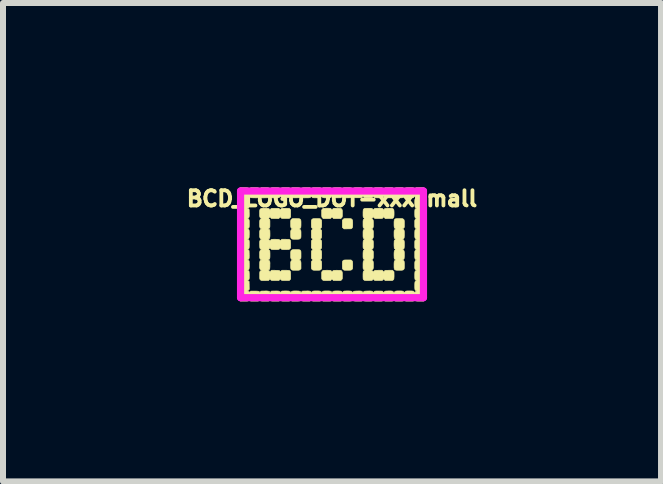
<source format=kicad_pcb>
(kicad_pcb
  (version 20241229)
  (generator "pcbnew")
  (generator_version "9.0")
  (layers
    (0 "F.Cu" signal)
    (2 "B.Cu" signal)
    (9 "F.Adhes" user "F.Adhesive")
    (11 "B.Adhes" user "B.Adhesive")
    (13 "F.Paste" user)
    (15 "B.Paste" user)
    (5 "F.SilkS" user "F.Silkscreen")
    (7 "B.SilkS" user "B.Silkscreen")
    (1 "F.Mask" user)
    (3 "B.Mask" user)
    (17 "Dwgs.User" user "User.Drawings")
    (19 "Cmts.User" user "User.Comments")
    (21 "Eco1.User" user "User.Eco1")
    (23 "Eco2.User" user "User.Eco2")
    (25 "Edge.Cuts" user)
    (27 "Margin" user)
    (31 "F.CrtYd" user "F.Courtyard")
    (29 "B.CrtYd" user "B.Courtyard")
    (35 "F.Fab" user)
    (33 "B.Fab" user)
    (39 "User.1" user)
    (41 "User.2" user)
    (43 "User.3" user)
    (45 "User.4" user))
  (footprint "BCD_LOGO_DOT-xxxsmall"
    (layer "F.Cu")
    (at 2.483 1.022)
    (property "Reference" "BCD_LOGO_DOT-xxxsmall" (at 0 -0.762 0) (layer "F.SilkS") (effects (font (size 0.254 0.254) (thickness 0.064))))
    (attr through_hole)
    (fp_poly (pts (xy 0.281 -0.429) (xy 0.298 -0.429) (xy 0.311 -0.427) (xy 0.321 -0.425) (xy 0.328 -0.421) (xy 0.333 -0.416) (xy 0.338 -0.409) (xy 0.338 -0.408) (xy 0.341 -0.404) (xy 0.342 -0.399) (xy 0.343 -0.392) (xy 0.344 -0.383) (xy 0.345 -0.371) (xy 0.345 -0.355) (xy 0.345 -0.343) (xy 0.345 -0.322) (xy 0.344 -0.306) (xy 0.343 -0.294) (xy 0.341 -0.285) (xy 0.339 -0.278) (xy 0.335 -0.273) (xy 0.329 -0.267) (xy 0.328 -0.266) (xy 0.325 -0.264) (xy 0.322 -0.262) (xy 0.318 -0.26) (xy 0.312 -0.259) (xy 0.303 -0.259) (xy 0.29 -0.258) (xy 0.273 -0.258) (xy 0.26 -0.258) (xy 0.2 -0.257) (xy 0.186 -0.27) (xy 0.172 -0.283) (xy 0.172 -0.4) (xy 0.181 -0.411) (xy 0.188 -0.419) (xy 0.195 -0.425) (xy 0.198 -0.426) (xy 0.204 -0.427) (xy 0.214 -0.428) (xy 0.229 -0.429) (xy 0.246 -0.429) (xy 0.259 -0.429) (xy 0.281 -0.429)) (stroke (width 0.01) (type solid)) (fill yes) (layer "F.SilkS"))
    (fp_poly (pts (xy 0.326 0.268) (xy 0.333 0.273) (xy 0.337 0.279) (xy 0.34 0.285) (xy 0.343 0.294) (xy 0.344 0.305) (xy 0.345 0.32) (xy 0.345 0.34) (xy 0.345 0.347) (xy 0.345 0.367) (xy 0.344 0.381) (xy 0.344 0.391) (xy 0.343 0.399) (xy 0.342 0.404) (xy 0.34 0.408) (xy 0.338 0.412) (xy 0.333 0.418) (xy 0.327 0.424) (xy 0.32 0.427) (xy 0.311 0.43) (xy 0.298 0.431) (xy 0.281 0.432) (xy 0.259 0.432) (xy 0.257 0.432) (xy 0.237 0.432) (xy 0.223 0.432) (xy 0.213 0.431) (xy 0.205 0.431) (xy 0.2 0.429) (xy 0.196 0.427) (xy 0.195 0.427) (xy 0.186 0.42) (xy 0.179 0.412) (xy 0.177 0.408) (xy 0.175 0.404) (xy 0.174 0.399) (xy 0.173 0.391) (xy 0.173 0.381) (xy 0.172 0.366) (xy 0.172 0.346) (xy 0.172 0.324) (xy 0.173 0.307) (xy 0.174 0.294) (xy 0.176 0.285) (xy 0.179 0.278) (xy 0.183 0.273) (xy 0.188 0.268) (xy 0.192 0.266) (xy 0.196 0.264) (xy 0.2 0.262) (xy 0.207 0.261) (xy 0.216 0.261) (xy 0.228 0.26) (xy 0.245 0.26) (xy 0.259 0.26) (xy 0.317 0.26) (xy 0.326 0.268)) (stroke (width 0.01) (type solid)) (fill yes) (layer "F.SilkS"))
    (fp_poly (pts (xy -0.065 -0.602) (xy -0.049 -0.601) (xy -0.037 -0.6) (xy -0.029 -0.6) (xy -0.027 -0.599) (xy -0.016 -0.592) (xy -0.005 -0.58) (xy -0.004 -0.579) (xy -0.001 -0.575) (xy 0.002 -0.576) (xy 0.004 -0.579) (xy 0.014 -0.591) (xy 0.026 -0.599) (xy 0.031 -0.6) (xy 0.037 -0.601) (xy 0.048 -0.601) (xy 0.063 -0.601) (xy 0.08 -0.601) (xy 0.094 -0.601) (xy 0.113 -0.601) (xy 0.128 -0.6) (xy 0.138 -0.6) (xy 0.144 -0.599) (xy 0.149 -0.598) (xy 0.152 -0.596) (xy 0.155 -0.593) (xy 0.156 -0.593) (xy 0.161 -0.587) (xy 0.166 -0.581) (xy 0.169 -0.575) (xy 0.171 -0.566) (xy 0.172 -0.555) (xy 0.172 -0.54) (xy 0.172 -0.52) (xy 0.172 -0.516) (xy 0.172 -0.494) (xy 0.172 -0.478) (xy 0.171 -0.466) (xy 0.169 -0.457) (xy 0.166 -0.45) (xy 0.162 -0.444) (xy 0.156 -0.439) (xy 0.154 -0.437) (xy 0.145 -0.429) (xy 0.027 -0.429) (xy 0.012 -0.444) (xy 0.004 -0.452) (xy -0.000355 -0.456) (xy -0.003 -0.456) (xy -0.004 -0.454) (xy -0.005 -0.454) (xy -0.008 -0.448) (xy -0.014 -0.441) (xy -0.018 -0.439) (xy -0.029 -0.429) (xy -0.145 -0.429) (xy -0.154 -0.437) (xy -0.16 -0.443) (xy -0.165 -0.448) (xy -0.168 -0.455) (xy -0.17 -0.463) (xy -0.171 -0.474) (xy -0.172 -0.489) (xy -0.172 -0.508) (xy -0.172 -0.517) (xy -0.172 -0.572) (xy -0.164 -0.584) (xy -0.157 -0.592) (xy -0.149 -0.597) (xy -0.147 -0.599) (xy -0.141 -0.6) (xy -0.13 -0.601) (xy -0.116 -0.601) (xy -0.099 -0.602) (xy -0.082 -0.602) (xy -0.065 -0.602)) (stroke (width 0.01) (type solid)) (fill yes) (layer "F.SilkS"))
    (fp_poly (pts (xy -0.58 0.088) (xy -0.563 0.088) (xy -0.55 0.09) (xy -0.541 0.091) (xy -0.534 0.094) (xy -0.529 0.099) (xy -0.524 0.104) (xy -0.523 0.107) (xy -0.521 0.111) (xy -0.519 0.115) (xy -0.518 0.122) (xy -0.518 0.13) (xy -0.517 0.143) (xy -0.517 0.159) (xy -0.517 0.174) (xy -0.517 0.194) (xy -0.517 0.209) (xy -0.518 0.22) (xy -0.518 0.228) (xy -0.519 0.233) (xy -0.521 0.237) (xy -0.523 0.24) (xy -0.524 0.24) (xy -0.531 0.248) (xy -0.539 0.254) (xy -0.548 0.259) (xy -0.536 0.266) (xy -0.53 0.27) (xy -0.525 0.274) (xy -0.522 0.28) (xy -0.52 0.289) (xy -0.518 0.3) (xy -0.517 0.315) (xy -0.517 0.335) (xy -0.517 0.348) (xy -0.517 0.405) (xy -0.525 0.414) (xy -0.531 0.42) (xy -0.536 0.425) (xy -0.543 0.428) (xy -0.551 0.43) (xy -0.562 0.432) (xy -0.577 0.432) (xy -0.597 0.432) (xy -0.604 0.432) (xy -0.623 0.432) (xy -0.638 0.432) (xy -0.649 0.432) (xy -0.656 0.431) (xy -0.661 0.429) (xy -0.666 0.427) (xy -0.668 0.426) (xy -0.675 0.422) (xy -0.68 0.416) (xy -0.684 0.41) (xy -0.687 0.401) (xy -0.688 0.39) (xy -0.689 0.374) (xy -0.689 0.353) (xy -0.689 0.346) (xy -0.689 0.324) (xy -0.689 0.308) (xy -0.688 0.295) (xy -0.685 0.286) (xy -0.682 0.279) (xy -0.677 0.273) (xy -0.671 0.268) (xy -0.669 0.266) (xy -0.66 0.259) (xy -0.669 0.253) (xy -0.676 0.248) (xy -0.681 0.242) (xy -0.685 0.235) (xy -0.687 0.225) (xy -0.689 0.213) (xy -0.689 0.195) (xy -0.689 0.173) (xy -0.689 0.172) (xy -0.689 0.15) (xy -0.689 0.134) (xy -0.687 0.121) (xy -0.685 0.112) (xy -0.681 0.105) (xy -0.676 0.099) (xy -0.669 0.095) (xy -0.668 0.094) (xy -0.663 0.092) (xy -0.659 0.09) (xy -0.653 0.089) (xy -0.644 0.088) (xy -0.631 0.088) (xy -0.614 0.088) (xy -0.602 0.088) (xy -0.58 0.088)) (stroke (width 0.01) (type solid)) (fill yes) (layer "F.SilkS"))
    (fp_poly (pts (xy 0.109 0.433) (xy 0.126 0.433) (xy 0.139 0.434) (xy 0.148 0.436) (xy 0.155 0.439) (xy 0.16 0.444) (xy 0.164 0.45) (xy 0.167 0.454) (xy 0.169 0.459) (xy 0.17 0.465) (xy 0.171 0.472) (xy 0.172 0.482) (xy 0.172 0.496) (xy 0.172 0.515) (xy 0.172 0.52) (xy 0.172 0.539) (xy 0.172 0.553) (xy 0.172 0.564) (xy 0.171 0.571) (xy 0.17 0.576) (xy 0.168 0.58) (xy 0.165 0.584) (xy 0.16 0.591) (xy 0.155 0.596) (xy 0.148 0.6) (xy 0.14 0.602) (xy 0.128 0.604) (xy 0.113 0.604) (xy 0.092 0.604) (xy 0.081 0.604) (xy 0.023 0.603) (xy 0.011 0.589) (xy 0.003 0.581) (xy -0.001 0.577) (xy -0.003 0.577) (xy -0.004 0.58) (xy -0.008 0.585) (xy -0.014 0.593) (xy -0.015 0.594) (xy -0.025 0.603) (xy -0.081 0.604) (xy -0.103 0.604) (xy -0.119 0.604) (xy -0.132 0.603) (xy -0.14 0.602) (xy -0.146 0.601) (xy -0.147 0.601) (xy -0.155 0.595) (xy -0.163 0.588) (xy -0.164 0.586) (xy -0.167 0.582) (xy -0.169 0.578) (xy -0.171 0.574) (xy -0.172 0.568) (xy -0.172 0.559) (xy -0.172 0.546) (xy -0.172 0.529) (xy -0.172 0.519) (xy -0.172 0.499) (xy -0.172 0.484) (xy -0.172 0.473) (xy -0.171 0.466) (xy -0.17 0.46) (xy -0.168 0.456) (xy -0.166 0.452) (xy -0.166 0.452) (xy -0.161 0.446) (xy -0.156 0.441) (xy -0.151 0.437) (xy -0.143 0.435) (xy -0.133 0.433) (xy -0.119 0.433) (xy -0.1 0.432) (xy -0.087 0.432) (xy -0.066 0.432) (xy -0.051 0.433) (xy -0.04 0.433) (xy -0.032 0.434) (xy -0.026 0.435) (xy -0.022 0.437) (xy -0.018 0.439) (xy -0.011 0.444) (xy -0.007 0.448) (xy -0.006 0.45) (xy -0.005 0.458) (xy -0.001 0.46) (xy 0.003 0.456) (xy 0.006 0.452) (xy 0.011 0.446) (xy 0.016 0.441) (xy 0.022 0.437) (xy 0.029 0.435) (xy 0.039 0.433) (xy 0.053 0.433) (xy 0.072 0.432) (xy 0.086 0.432) (xy 0.109 0.433)) (stroke (width 0.01) (type solid)) (fill yes) (layer "F.SilkS"))
    (fp_poly (pts (xy -0.619 -0.429) (xy -0.6 -0.429) (xy -0.58 -0.428) (xy -0.565 -0.428) (xy -0.554 -0.427) (xy -0.547 -0.427) (xy -0.542 -0.425) (xy -0.538 -0.424) (xy -0.534 -0.421) (xy -0.534 -0.421) (xy -0.528 -0.416) (xy -0.524 -0.412) (xy -0.521 -0.406) (xy -0.519 -0.399) (xy -0.518 -0.389) (xy -0.517 -0.375) (xy -0.517 -0.357) (xy -0.517 -0.344) (xy -0.517 -0.321) (xy -0.518 -0.304) (xy -0.519 -0.292) (xy -0.52 -0.282) (xy -0.523 -0.276) (xy -0.527 -0.271) (xy -0.532 -0.267) (xy -0.536 -0.265) (xy -0.542 -0.26) (xy -0.543 -0.256) (xy -0.539 -0.251) (xy -0.536 -0.249) (xy -0.53 -0.245) (xy -0.525 -0.241) (xy -0.522 -0.235) (xy -0.519 -0.227) (xy -0.518 -0.216) (xy -0.517 -0.201) (xy -0.517 -0.182) (xy -0.517 -0.171) (xy -0.517 -0.151) (xy -0.517 -0.136) (xy -0.518 -0.125) (xy -0.518 -0.118) (xy -0.519 -0.113) (xy -0.521 -0.109) (xy -0.524 -0.105) (xy -0.525 -0.104) (xy -0.53 -0.097) (xy -0.535 -0.093) (xy -0.542 -0.089) (xy -0.55 -0.087) (xy -0.561 -0.086) (xy -0.576 -0.085) (xy -0.596 -0.085) (xy -0.604 -0.085) (xy -0.623 -0.085) (xy -0.638 -0.085) (xy -0.649 -0.086) (xy -0.656 -0.086) (xy -0.661 -0.088) (xy -0.666 -0.09) (xy -0.668 -0.091) (xy -0.675 -0.096) (xy -0.68 -0.101) (xy -0.684 -0.107) (xy -0.687 -0.116) (xy -0.688 -0.128) (xy -0.689 -0.144) (xy -0.689 -0.164) (xy -0.689 -0.17) (xy -0.689 -0.192) (xy -0.689 -0.208) (xy -0.688 -0.22) (xy -0.686 -0.229) (xy -0.683 -0.236) (xy -0.678 -0.242) (xy -0.672 -0.248) (xy -0.669 -0.25) (xy -0.663 -0.256) (xy -0.661 -0.259) (xy -0.662 -0.26) (xy -0.668 -0.262) (xy -0.675 -0.268) (xy -0.681 -0.276) (xy -0.686 -0.283) (xy -0.687 -0.289) (xy -0.688 -0.301) (xy -0.689 -0.317) (xy -0.689 -0.338) (xy -0.689 -0.344) (xy -0.689 -0.366) (xy -0.689 -0.383) (xy -0.687 -0.395) (xy -0.685 -0.405) (xy -0.681 -0.412) (xy -0.676 -0.417) (xy -0.67 -0.422) (xy -0.668 -0.423) (xy -0.664 -0.426) (xy -0.659 -0.427) (xy -0.654 -0.428) (xy -0.646 -0.429) (xy -0.635 -0.429) (xy -0.619 -0.429)) (stroke (width 0.01) (type solid)) (fill yes) (layer "F.SilkS"))
    (fp_poly (pts (xy -0.241 -0.429) (xy -0.225 -0.429) (xy -0.211 -0.428) (xy -0.201 -0.427) (xy -0.198 -0.426) (xy -0.19 -0.422) (xy -0.183 -0.413) (xy -0.181 -0.411) (xy -0.178 -0.406) (xy -0.175 -0.402) (xy -0.174 -0.397) (xy -0.173 -0.39) (xy -0.173 -0.38) (xy -0.172 -0.367) (xy -0.172 -0.349) (xy -0.172 -0.344) (xy -0.172 -0.322) (xy -0.173 -0.306) (xy -0.174 -0.293) (xy -0.176 -0.284) (xy -0.179 -0.277) (xy -0.184 -0.272) (xy -0.189 -0.266) (xy -0.192 -0.264) (xy -0.199 -0.259) (xy -0.2 -0.255) (xy -0.199 -0.254) (xy -0.19 -0.248) (xy -0.181 -0.24) (xy -0.176 -0.232) (xy -0.174 -0.225) (xy -0.173 -0.212) (xy -0.173 -0.194) (xy -0.172 -0.17) (xy -0.172 -0.17) (xy -0.173 -0.148) (xy -0.173 -0.131) (xy -0.175 -0.118) (xy -0.177 -0.109) (xy -0.181 -0.102) (xy -0.186 -0.097) (xy -0.192 -0.092) (xy -0.194 -0.091) (xy -0.203 -0.085) (xy -0.192 -0.078) (xy -0.186 -0.073) (xy -0.181 -0.068) (xy -0.177 -0.062) (xy -0.175 -0.054) (xy -0.173 -0.044) (xy -0.173 -0.029) (xy -0.172 -0.01) (xy -0.172 0.001) (xy -0.173 0.023) (xy -0.173 0.04) (xy -0.174 0.053) (xy -0.177 0.063) (xy -0.18 0.07) (xy -0.185 0.075) (xy -0.192 0.08) (xy -0.194 0.081) (xy -0.204 0.087) (xy -0.193 0.094) (xy -0.186 0.098) (xy -0.181 0.103) (xy -0.177 0.109) (xy -0.175 0.118) (xy -0.173 0.129) (xy -0.173 0.144) (xy -0.172 0.165) (xy -0.172 0.174) (xy -0.173 0.196) (xy -0.173 0.213) (xy -0.174 0.226) (xy -0.177 0.235) (xy -0.18 0.242) (xy -0.185 0.248) (xy -0.192 0.252) (xy -0.194 0.254) (xy -0.203 0.259) (xy -0.194 0.265) (xy -0.187 0.27) (xy -0.181 0.275) (xy -0.178 0.281) (xy -0.175 0.29) (xy -0.173 0.302) (xy -0.173 0.318) (xy -0.172 0.339) (xy -0.172 0.346) (xy -0.172 0.366) (xy -0.173 0.38) (xy -0.173 0.391) (xy -0.174 0.399) (xy -0.175 0.404) (xy -0.177 0.408) (xy -0.178 0.411) (xy -0.183 0.418) (xy -0.189 0.423) (xy -0.195 0.427) (xy -0.204 0.43) (xy -0.216 0.431) (xy -0.232 0.432) (xy -0.253 0.432) (xy -0.257 0.432) (xy -0.277 0.432) (xy -0.292 0.432) (xy -0.303 0.431) (xy -0.311 0.43) (xy -0.317 0.429) (xy -0.32 0.427) (xy -0.329 0.421) (xy -0.337 0.413) (xy -0.338 0.412) (xy -0.34 0.408) (xy -0.342 0.403) (xy -0.343 0.398) (xy -0.344 0.39) (xy -0.345 0.38) (xy -0.345 0.365) (xy -0.345 0.347) (xy -0.345 0.327) (xy -0.344 0.313) (xy -0.344 0.302) (xy -0.343 0.294) (xy -0.342 0.289) (xy -0.34 0.284) (xy -0.338 0.281) (xy -0.332 0.273) (xy -0.324 0.266) (xy -0.323 0.265) (xy -0.314 0.259) (xy -0.323 0.254) (xy -0.331 0.247) (xy -0.338 0.239) (xy -0.339 0.238) (xy -0.341 0.234) (xy -0.342 0.23) (xy -0.343 0.224) (xy -0.344 0.217) (xy -0.344 0.205) (xy -0.344 0.19) (xy -0.344 0.17) (xy -0.344 0.17) (xy -0.343 0.111) (xy -0.329 0.098) (xy -0.314 0.086) (xy -0.322 0.082) (xy -0.328 0.078) (xy -0.335 0.07) (xy -0.337 0.067) (xy -0.345 0.055) (xy -0.344 -0.002) (xy -0.343 -0.059) (xy -0.333 -0.07) (xy -0.326 -0.077) (xy -0.321 -0.081) (xy -0.319 -0.082) (xy -0.315 -0.083) (xy -0.316 -0.086) (xy -0.32 -0.089) (xy -0.326 -0.092) (xy -0.332 -0.098) (xy -0.334 -0.1) (xy -0.343 -0.109) (xy -0.344 -0.164) (xy -0.344 -0.182) (xy -0.344 -0.198) (xy -0.344 -0.212) (xy -0.344 -0.221) (xy -0.343 -0.226) (xy -0.34 -0.233) (xy -0.335 -0.24) (xy -0.328 -0.248) (xy -0.322 -0.253) (xy -0.319 -0.254) (xy -0.315 -0.256) (xy -0.314 -0.257) (xy -0.317 -0.26) (xy -0.318 -0.26) (xy -0.323 -0.262) (xy -0.33 -0.268) (xy -0.336 -0.276) (xy -0.341 -0.283) (xy -0.343 -0.289) (xy -0.344 -0.3) (xy -0.344 -0.317) (xy -0.345 -0.338) (xy -0.345 -0.343) (xy -0.345 -0.363) (xy -0.344 -0.377) (xy -0.344 -0.388) (xy -0.343 -0.395) (xy -0.342 -0.401) (xy -0.34 -0.406) (xy -0.338 -0.409) (xy -0.334 -0.416) (xy -0.329 -0.421) (xy -0.322 -0.424) (xy -0.313 -0.427) (xy -0.301 -0.428) (xy -0.285 -0.429) (xy -0.264 -0.429) (xy -0.259 -0.429) (xy -0.241 -0.429)) (stroke (width 0.01) (type solid)) (fill yes) (layer "F.SilkS"))
    (fp_poly (pts (xy 1.14 -0.429) (xy 1.155 -0.429) (xy 1.166 -0.429) (xy 1.173 -0.428) (xy 1.179 -0.426) (xy 1.183 -0.424) (xy 1.184 -0.423) (xy 1.191 -0.419) (xy 1.196 -0.415) (xy 1.2 -0.409) (xy 1.202 -0.402) (xy 1.204 -0.391) (xy 1.205 -0.378) (xy 1.205 -0.359) (xy 1.205 -0.343) (xy 1.205 -0.285) (xy 1.197 -0.274) (xy 1.19 -0.267) (xy 1.184 -0.262) (xy 1.182 -0.262) (xy 1.177 -0.259) (xy 1.177 -0.256) (xy 1.183 -0.252) (xy 1.185 -0.251) (xy 1.192 -0.246) (xy 1.196 -0.242) (xy 1.2 -0.236) (xy 1.202 -0.229) (xy 1.204 -0.218) (xy 1.205 -0.204) (xy 1.205 -0.185) (xy 1.205 -0.171) (xy 1.205 -0.149) (xy 1.204 -0.132) (xy 1.203 -0.119) (xy 1.202 -0.109) (xy 1.199 -0.103) (xy 1.195 -0.098) (xy 1.189 -0.094) (xy 1.185 -0.091) (xy 1.179 -0.087) (xy 1.176 -0.085) (xy 1.176 -0.085) (xy 1.179 -0.082) (xy 1.184 -0.079) (xy 1.185 -0.078) (xy 1.192 -0.074) (xy 1.196 -0.07) (xy 1.2 -0.064) (xy 1.202 -0.056) (xy 1.204 -0.046) (xy 1.205 -0.031) (xy 1.205 -0.012) (xy 1.205 0.002) (xy 1.205 0.024) (xy 1.204 0.041) (xy 1.203 0.054) (xy 1.202 0.063) (xy 1.199 0.07) (xy 1.195 0.075) (xy 1.189 0.079) (xy 1.185 0.081) (xy 1.179 0.085) (xy 1.176 0.088) (xy 1.176 0.088) (xy 1.179 0.09) (xy 1.184 0.094) (xy 1.185 0.094) (xy 1.192 0.098) (xy 1.196 0.103) (xy 1.2 0.108) (xy 1.202 0.116) (xy 1.204 0.126) (xy 1.205 0.141) (xy 1.205 0.16) (xy 1.205 0.174) (xy 1.205 0.196) (xy 1.204 0.213) (xy 1.203 0.226) (xy 1.202 0.235) (xy 1.199 0.242) (xy 1.195 0.247) (xy 1.189 0.251) (xy 1.185 0.254) (xy 1.178 0.258) (xy 1.177 0.261) (xy 1.181 0.264) (xy 1.185 0.266) (xy 1.192 0.271) (xy 1.199 0.278) (xy 1.199 0.279) (xy 1.201 0.283) (xy 1.203 0.288) (xy 1.204 0.294) (xy 1.204 0.303) (xy 1.205 0.315) (xy 1.205 0.332) (xy 1.205 0.346) (xy 1.205 0.366) (xy 1.205 0.381) (xy 1.204 0.392) (xy 1.204 0.4) (xy 1.203 0.405) (xy 1.201 0.409) (xy 1.199 0.413) (xy 1.198 0.414) (xy 1.193 0.42) (xy 1.187 0.425) (xy 1.18 0.428) (xy 1.171 0.43) (xy 1.158 0.432) (xy 1.141 0.432) (xy 1.119 0.432) (xy 1.118 0.432) (xy 1.099 0.432) (xy 1.085 0.432) (xy 1.074 0.431) (xy 1.067 0.43) (xy 1.061 0.429) (xy 1.057 0.427) (xy 1.055 0.426) (xy 1.048 0.422) (xy 1.043 0.417) (xy 1.039 0.412) (xy 1.037 0.404) (xy 1.035 0.394) (xy 1.034 0.379) (xy 1.034 0.361) (xy 1.034 0.346) (xy 1.034 0.324) (xy 1.035 0.307) (xy 1.036 0.294) (xy 1.038 0.284) (xy 1.041 0.277) (xy 1.046 0.272) (xy 1.052 0.267) (xy 1.055 0.265) (xy 1.065 0.259) (xy 1.054 0.253) (xy 1.047 0.248) (xy 1.042 0.244) (xy 1.039 0.239) (xy 1.037 0.232) (xy 1.035 0.221) (xy 1.035 0.208) (xy 1.034 0.189) (xy 1.034 0.176) (xy 1.034 0.153) (xy 1.035 0.135) (xy 1.036 0.122) (xy 1.039 0.112) (xy 1.042 0.104) (xy 1.046 0.099) (xy 1.053 0.094) (xy 1.055 0.093) (xy 1.065 0.087) (xy 1.054 0.08) (xy 1.045 0.074) (xy 1.039 0.068) (xy 1.038 0.066) (xy 1.037 0.061) (xy 1.036 0.05) (xy 1.035 0.036) (xy 1.034 0.019) (xy 1.034 0.002) (xy 1.034 -0.016) (xy 1.035 -0.032) (xy 1.035 -0.046) (xy 1.036 -0.056) (xy 1.038 -0.061) (xy 1.042 -0.069) (xy 1.048 -0.075) (xy 1.053 -0.078) (xy 1.055 -0.079) (xy 1.059 -0.081) (xy 1.061 -0.082) (xy 1.062 -0.085) (xy 1.058 -0.089) (xy 1.055 -0.091) (xy 1.048 -0.095) (xy 1.043 -0.1) (xy 1.039 -0.106) (xy 1.037 -0.115) (xy 1.035 -0.128) (xy 1.034 -0.144) (xy 1.034 -0.165) (xy 1.034 -0.172) (xy 1.034 -0.193) (xy 1.034 -0.208) (xy 1.035 -0.219) (xy 1.036 -0.227) (xy 1.037 -0.232) (xy 1.039 -0.235) (xy 1.039 -0.236) (xy 1.047 -0.245) (xy 1.054 -0.252) (xy 1.06 -0.254) (xy 1.064 -0.255) (xy 1.063 -0.258) (xy 1.057 -0.262) (xy 1.055 -0.263) (xy 1.048 -0.267) (xy 1.043 -0.272) (xy 1.039 -0.279) (xy 1.037 -0.288) (xy 1.035 -0.3) (xy 1.034 -0.317) (xy 1.034 -0.339) (xy 1.034 -0.344) (xy 1.034 -0.369) (xy 1.035 -0.388) (xy 1.038 -0.403) (xy 1.042 -0.414) (xy 1.049 -0.421) (xy 1.06 -0.426) (xy 1.074 -0.428) (xy 1.094 -0.429) (xy 1.118 -0.429) (xy 1.121 -0.429) (xy 1.14 -0.429)) (stroke (width 0.01) (type solid)) (fill yes) (layer "F.SilkS"))
    (fp_poly (pts (xy 0.796 -0.602) (xy 0.81 -0.602) (xy 0.821 -0.601) (xy 0.828 -0.6) (xy 0.833 -0.599) (xy 0.837 -0.597) (xy 0.841 -0.595) (xy 0.849 -0.588) (xy 0.856 -0.579) (xy 0.856 -0.578) (xy 0.861 -0.568) (xy 0.866 -0.578) (xy 0.87 -0.585) (xy 0.874 -0.591) (xy 0.879 -0.595) (xy 0.887 -0.597) (xy 0.897 -0.599) (xy 0.911 -0.6) (xy 0.929 -0.601) (xy 0.945 -0.601) (xy 0.965 -0.601) (xy 0.98 -0.602) (xy 0.991 -0.601) (xy 0.998 -0.601) (xy 1.004 -0.6) (xy 1.008 -0.598) (xy 1.012 -0.596) (xy 1.013 -0.595) (xy 1.02 -0.59) (xy 1.026 -0.584) (xy 1.029 -0.576) (xy 1.032 -0.566) (xy 1.033 -0.552) (xy 1.034 -0.535) (xy 1.034 -0.519) (xy 1.034 -0.496) (xy 1.033 -0.479) (xy 1.032 -0.466) (xy 1.03 -0.457) (xy 1.027 -0.449) (xy 1.022 -0.443) (xy 1.019 -0.44) (xy 1.01 -0.431) (xy 0.95 -0.43) (xy 0.89 -0.429) (xy 0.879 -0.438) (xy 0.872 -0.445) (xy 0.866 -0.453) (xy 0.865 -0.455) (xy 0.861 -0.464) (xy 0.857 -0.455) (xy 0.852 -0.447) (xy 0.845 -0.439) (xy 0.845 -0.438) (xy 0.842 -0.436) (xy 0.839 -0.434) (xy 0.835 -0.432) (xy 0.828 -0.431) (xy 0.819 -0.431) (xy 0.806 -0.43) (xy 0.788 -0.43) (xy 0.781 -0.43) (xy 0.763 -0.43) (xy 0.746 -0.43) (xy 0.732 -0.43) (xy 0.723 -0.43) (xy 0.718 -0.431) (xy 0.709 -0.435) (xy 0.7 -0.443) (xy 0.692 -0.454) (xy 0.691 -0.455) (xy 0.688 -0.46) (xy 0.687 -0.46) (xy 0.687 -0.459) (xy 0.684 -0.453) (xy 0.679 -0.446) (xy 0.673 -0.439) (xy 0.667 -0.434) (xy 0.663 -0.432) (xy 0.66 -0.431) (xy 0.661 -0.428) (xy 0.668 -0.423) (xy 0.669 -0.422) (xy 0.676 -0.417) (xy 0.681 -0.411) (xy 0.685 -0.404) (xy 0.687 -0.395) (xy 0.688 -0.382) (xy 0.689 -0.365) (xy 0.689 -0.342) (xy 0.689 -0.342) (xy 0.689 -0.32) (xy 0.689 -0.303) (xy 0.687 -0.29) (xy 0.685 -0.281) (xy 0.681 -0.274) (xy 0.676 -0.269) (xy 0.669 -0.264) (xy 0.668 -0.263) (xy 0.659 -0.258) (xy 0.67 -0.249) (xy 0.676 -0.244) (xy 0.681 -0.238) (xy 0.685 -0.231) (xy 0.687 -0.222) (xy 0.689 -0.209) (xy 0.689 -0.193) (xy 0.689 -0.171) (xy 0.689 -0.169) (xy 0.689 -0.149) (xy 0.689 -0.135) (xy 0.689 -0.125) (xy 0.688 -0.118) (xy 0.686 -0.112) (xy 0.684 -0.108) (xy 0.683 -0.106) (xy 0.677 -0.098) (xy 0.669 -0.092) (xy 0.668 -0.091) (xy 0.661 -0.087) (xy 0.659 -0.083) (xy 0.662 -0.082) (xy 0.663 -0.082) (xy 0.668 -0.079) (xy 0.674 -0.074) (xy 0.681 -0.066) (xy 0.686 -0.058) (xy 0.687 -0.053) (xy 0.688 -0.041) (xy 0.689 -0.025) (xy 0.689 -0.004) (xy 0.689 0.001) (xy 0.689 0.023) (xy 0.689 0.04) (xy 0.687 0.053) (xy 0.685 0.063) (xy 0.681 0.07) (xy 0.676 0.075) (xy 0.669 0.08) (xy 0.663 0.084) (xy 0.659 0.087) (xy 0.659 0.088) (xy 0.662 0.09) (xy 0.667 0.094) (xy 0.668 0.094) (xy 0.676 0.101) (xy 0.683 0.109) (xy 0.683 0.109) (xy 0.686 0.114) (xy 0.687 0.118) (xy 0.688 0.125) (xy 0.689 0.134) (xy 0.689 0.146) (xy 0.689 0.163) (xy 0.689 0.172) (xy 0.689 0.195) (xy 0.689 0.212) (xy 0.687 0.225) (xy 0.685 0.235) (xy 0.681 0.242) (xy 0.676 0.247) (xy 0.67 0.253) (xy 0.669 0.253) (xy 0.66 0.259) (xy 0.669 0.266) (xy 0.676 0.271) (xy 0.681 0.277) (xy 0.685 0.284) (xy 0.687 0.292) (xy 0.688 0.304) (xy 0.689 0.32) (xy 0.689 0.34) (xy 0.689 0.345) (xy 0.689 0.367) (xy 0.689 0.384) (xy 0.687 0.397) (xy 0.685 0.407) (xy 0.681 0.414) (xy 0.676 0.42) (xy 0.67 0.425) (xy 0.669 0.425) (xy 0.66 0.431) (xy 0.67 0.44) (xy 0.678 0.447) (xy 0.684 0.455) (xy 0.685 0.457) (xy 0.688 0.463) (xy 0.689 0.464) (xy 0.691 0.46) (xy 0.695 0.452) (xy 0.703 0.443) (xy 0.712 0.437) (xy 0.713 0.436) (xy 0.719 0.434) (xy 0.73 0.433) (xy 0.747 0.433) (xy 0.768 0.432) (xy 0.777 0.432) (xy 0.834 0.432) (xy 0.844 0.441) (xy 0.851 0.448) (xy 0.857 0.457) (xy 0.857 0.458) (xy 0.861 0.467) (xy 0.865 0.458) (xy 0.873 0.445) (xy 0.885 0.436) (xy 0.891 0.434) (xy 0.903 0.433) (xy 0.92 0.433) (xy 0.942 0.432) (xy 0.949 0.432) (xy 1.007 0.432) (xy 1.02 0.444) (xy 1.033 0.456) (xy 1.034 0.513) (xy 1.034 0.536) (xy 1.033 0.553) (xy 1.032 0.567) (xy 1.031 0.577) (xy 1.028 0.584) (xy 1.023 0.59) (xy 1.018 0.595) (xy 1.015 0.597) (xy 1.012 0.599) (xy 1.008 0.601) (xy 1.003 0.602) (xy 0.995 0.603) (xy 0.984 0.603) (xy 0.969 0.603) (xy 0.95 0.603) (xy 0.886 0.603) (xy 0.877 0.594) (xy 0.87 0.587) (xy 0.865 0.579) (xy 0.864 0.578) (xy 0.862 0.57) (xy 0.856 0.581) (xy 0.85 0.589) (xy 0.843 0.597) (xy 0.843 0.597) (xy 0.839 0.599) (xy 0.836 0.601) (xy 0.83 0.602) (xy 0.823 0.603) (xy 0.812 0.603) (xy 0.797 0.603) (xy 0.777 0.603) (xy 0.714 0.603) (xy 0.703 0.593) (xy 0.697 0.586) (xy 0.692 0.579) (xy 0.691 0.577) (xy 0.689 0.574) (xy 0.687 0.575) (xy 0.684 0.581) (xy 0.68 0.588) (xy 0.675 0.594) (xy 0.67 0.598) (xy 0.662 0.601) (xy 0.651 0.602) (xy 0.637 0.603) (xy 0.617 0.604) (xy 0.607 0.604) (xy 0.589 0.604) (xy 0.573 0.604) (xy 0.559 0.603) (xy 0.55 0.603) (xy 0.546 0.602) (xy 0.533 0.595) (xy 0.522 0.584) (xy 0.522 0.584) (xy 0.52 0.58) (xy 0.519 0.575) (xy 0.518 0.568) (xy 0.518 0.558) (xy 0.517 0.544) (xy 0.517 0.525) (xy 0.517 0.519) (xy 0.517 0.496) (xy 0.518 0.478) (xy 0.519 0.465) (xy 0.521 0.455) (xy 0.524 0.448) (xy 0.529 0.443) (xy 0.535 0.439) (xy 0.538 0.437) (xy 0.548 0.432) (xy 0.539 0.426) (xy 0.531 0.42) (xy 0.524 0.413) (xy 0.521 0.409) (xy 0.52 0.406) (xy 0.518 0.401) (xy 0.518 0.394) (xy 0.517 0.383) (xy 0.517 0.369) (xy 0.517 0.349) (xy 0.517 0.347) (xy 0.517 0.324) (xy 0.518 0.306) (xy 0.519 0.293) (xy 0.521 0.283) (xy 0.524 0.276) (xy 0.529 0.271) (xy 0.535 0.267) (xy 0.539 0.264) (xy 0.548 0.259) (xy 0.538 0.253) (xy 0.531 0.249) (xy 0.526 0.245) (xy 0.522 0.239) (xy 0.52 0.232) (xy 0.518 0.221) (xy 0.517 0.207) (xy 0.517 0.188) (xy 0.517 0.173) (xy 0.517 0.151) (xy 0.518 0.133) (xy 0.519 0.12) (xy 0.521 0.11) (xy 0.524 0.103) (xy 0.529 0.098) (xy 0.535 0.094) (xy 0.538 0.092) (xy 0.548 0.087) (xy 0.539 0.082) (xy 0.531 0.075) (xy 0.524 0.068) (xy 0.521 0.065) (xy 0.52 0.061) (xy 0.518 0.056) (xy 0.518 0.049) (xy 0.517 0.038) (xy 0.517 0.024) (xy 0.517 0.004) (xy 0.517 0.002) (xy 0.517 -0.02) (xy 0.518 -0.038) (xy 0.519 -0.051) (xy 0.521 -0.06) (xy 0.524 -0.067) (xy 0.528 -0.073) (xy 0.534 -0.077) (xy 0.538 -0.08) (xy 0.548 -0.085) (xy 0.538 -0.091) (xy 0.531 -0.096) (xy 0.526 -0.1) (xy 0.522 -0.106) (xy 0.52 -0.113) (xy 0.518 -0.124) (xy 0.517 -0.138) (xy 0.517 -0.157) (xy 0.517 -0.171) (xy 0.517 -0.192) (xy 0.517 -0.207) (xy 0.518 -0.218) (xy 0.519 -0.226) (xy 0.52 -0.231) (xy 0.522 -0.235) (xy 0.522 -0.236) (xy 0.529 -0.245) (xy 0.534 -0.249) (xy 0.539 -0.252) (xy 0.544 -0.255) (xy 0.543 -0.259) (xy 0.537 -0.263) (xy 0.53 -0.269) (xy 0.523 -0.276) (xy 0.523 -0.277) (xy 0.521 -0.281) (xy 0.519 -0.285) (xy 0.518 -0.292) (xy 0.518 -0.3) (xy 0.517 -0.312) (xy 0.517 -0.329) (xy 0.517 -0.344) (xy 0.517 -0.364) (xy 0.517 -0.38) (xy 0.518 -0.391) (xy 0.519 -0.398) (xy 0.52 -0.404) (xy 0.522 -0.407) (xy 0.522 -0.408) (xy 0.529 -0.417) (xy 0.537 -0.423) (xy 0.543 -0.426) (xy 0.544 -0.426) (xy 0.547 -0.428) (xy 0.546 -0.431) (xy 0.54 -0.434) (xy 0.539 -0.435) (xy 0.532 -0.44) (xy 0.525 -0.447) (xy 0.524 -0.448) (xy 0.521 -0.452) (xy 0.52 -0.456) (xy 0.519 -0.462) (xy 0.518 -0.469) (xy 0.517 -0.479) (xy 0.517 -0.494) (xy 0.517 -0.513) (xy 0.517 -0.515) (xy 0.517 -0.537) (xy 0.518 -0.554) (xy 0.519 -0.566) (xy 0.52 -0.575) (xy 0.523 -0.582) (xy 0.527 -0.587) (xy 0.532 -0.592) (xy 0.535 -0.594) (xy 0.538 -0.596) (xy 0.542 -0.598) (xy 0.548 -0.599) (xy 0.557 -0.6) (xy 0.569 -0.6) (xy 0.586 -0.601) (xy 0.599 -0.601) (xy 0.621 -0.601) (xy 0.639 -0.601) (xy 0.652 -0.6) (xy 0.662 -0.598) (xy 0.67 -0.595) (xy 0.675 -0.59) (xy 0.68 -0.584) (xy 0.682 -0.581) (xy 0.689 -0.571) (xy 0.695 -0.582) (xy 0.7 -0.588) (xy 0.705 -0.593) (xy 0.712 -0.597) (xy 0.721 -0.599) (xy 0.733 -0.601) (xy 0.75 -0.601) (xy 0.771 -0.602) (xy 0.776 -0.602) (xy 0.796 -0.602)) (stroke (width 0.01) (type solid)) (fill yes) (layer "F.SilkS"))
    (fp_poly (pts (xy -1.098 -0.602) (xy -1.08 -0.601) (xy -1.067 -0.599) (xy -1.057 -0.597) (xy -1.05 -0.594) (xy -1.045 -0.589) (xy -1.041 -0.582) (xy -1.039 -0.579) (xy -1.033 -0.568) (xy -1.03 -0.576) (xy -1.025 -0.585) (xy -1.018 -0.592) (xy -1.018 -0.593) (xy -1.015 -0.595) (xy -1.012 -0.597) (xy -1.008 -0.598) (xy -1.002 -0.599) (xy -0.994 -0.6) (xy -0.982 -0.6) (xy -0.965 -0.6) (xy -0.948 -0.6) (xy -0.886 -0.6) (xy -0.876 -0.59) (xy -0.869 -0.583) (xy -0.865 -0.577) (xy -0.865 -0.575) (xy -0.863 -0.572) (xy -0.862 -0.572) (xy -0.859 -0.574) (xy -0.859 -0.575) (xy -0.857 -0.58) (xy -0.852 -0.586) (xy -0.848 -0.59) (xy -0.837 -0.6) (xy -0.713 -0.6) (xy -0.689 -0.575) (xy -0.689 -0.456) (xy -0.713 -0.431) (xy -0.775 -0.431) (xy -0.796 -0.431) (xy -0.812 -0.431) (xy -0.823 -0.431) (xy -0.831 -0.432) (xy -0.836 -0.433) (xy -0.84 -0.434) (xy -0.843 -0.436) (xy -0.845 -0.438) (xy -0.852 -0.446) (xy -0.857 -0.455) (xy -0.857 -0.455) (xy -0.861 -0.464) (xy -0.865 -0.455) (xy -0.869 -0.448) (xy -0.877 -0.44) (xy -0.879 -0.438) (xy -0.89 -0.429) (xy -1.01 -0.431) (xy -1.02 -0.441) (xy -1.027 -0.449) (xy -1.031 -0.455) (xy -1.032 -0.458) (xy -1.033 -0.462) (xy -1.034 -0.461) (xy -1.036 -0.456) (xy -1.041 -0.45) (xy -1.048 -0.442) (xy -1.052 -0.438) (xy -1.064 -0.428) (xy -1.051 -0.422) (xy -1.046 -0.419) (xy -1.042 -0.416) (xy -1.039 -0.412) (xy -1.037 -0.406) (xy -1.036 -0.397) (xy -1.035 -0.385) (xy -1.035 -0.368) (xy -1.035 -0.347) (xy -1.035 -0.343) (xy -1.035 -0.32) (xy -1.035 -0.303) (xy -1.036 -0.289) (xy -1.039 -0.28) (xy -1.042 -0.273) (xy -1.047 -0.268) (xy -1.054 -0.264) (xy -1.055 -0.263) (xy -1.062 -0.259) (xy -1.064 -0.256) (xy -1.061 -0.254) (xy -1.06 -0.254) (xy -1.054 -0.252) (xy -1.052 -0.25) (xy -1.046 -0.246) (xy -1.043 -0.244) (xy -1.04 -0.242) (xy -1.038 -0.238) (xy -1.036 -0.231) (xy -1.035 -0.221) (xy -1.035 -0.207) (xy -1.034 -0.188) (xy -1.034 -0.17) (xy -1.034 -0.147) (xy -1.035 -0.13) (xy -1.037 -0.116) (xy -1.039 -0.107) (xy -1.043 -0.1) (xy -1.048 -0.095) (xy -1.055 -0.091) (xy -1.055 -0.091) (xy -1.062 -0.086) (xy -1.064 -0.083) (xy -1.06 -0.081) (xy -1.057 -0.08) (xy -1.051 -0.078) (xy -1.049 -0.076) (xy -1.047 -0.073) (xy -1.044 -0.072) (xy -1.039 -0.068) (xy -1.036 -0.06) (xy -1.034 -0.054) (xy -1.033 -0.053) (xy -1.032 -0.056) (xy -1.025 -0.068) (xy -1.013 -0.079) (xy -1.012 -0.079) (xy -1.009 -0.081) (xy -1.004 -0.083) (xy -0.996 -0.084) (xy -0.986 -0.084) (xy -0.972 -0.085) (xy -0.953 -0.085) (xy -0.948 -0.085) (xy -0.924 -0.084) (xy -0.905 -0.084) (xy -0.892 -0.082) (xy -0.883 -0.081) (xy -0.878 -0.078) (xy -0.877 -0.075) (xy -0.874 -0.073) (xy -0.871 -0.072) (xy -0.866 -0.068) (xy -0.865 -0.062) (xy -0.864 -0.056) (xy -0.862 -0.054) (xy -0.859 -0.057) (xy -0.859 -0.059) (xy -0.857 -0.063) (xy -0.851 -0.069) (xy -0.847 -0.074) (xy -0.835 -0.085) (xy -0.777 -0.085) (xy -0.753 -0.084) (xy -0.734 -0.084) (xy -0.721 -0.083) (xy -0.711 -0.081) (xy -0.706 -0.078) (xy -0.705 -0.075) (xy -0.705 -0.075) (xy -0.702 -0.073) (xy -0.701 -0.073) (xy -0.697 -0.071) (xy -0.694 -0.066) (xy -0.692 -0.056) (xy -0.691 -0.042) (xy -0.69 -0.023) (xy -0.689 0.002) (xy -0.689 0.004) (xy -0.689 0.06) (xy -0.697 0.069) (xy -0.703 0.076) (xy -0.708 0.08) (xy -0.715 0.083) (xy -0.723 0.086) (xy -0.734 0.087) (xy -0.749 0.087) (xy -0.769 0.088) (xy -0.776 0.088) (xy -0.796 0.088) (xy -0.81 0.087) (xy -0.821 0.087) (xy -0.828 0.086) (xy -0.834 0.085) (xy -0.838 0.083) (xy -0.84 0.082) (xy -0.848 0.075) (xy -0.855 0.067) (xy -0.855 0.066) (xy -0.859 0.06) (xy -0.862 0.058) (xy -0.865 0.062) (xy -0.867 0.066) (xy -0.872 0.073) (xy -0.88 0.08) (xy -0.883 0.081) (xy -0.887 0.083) (xy -0.892 0.085) (xy -0.898 0.086) (xy -0.907 0.087) (xy -0.918 0.088) (xy -0.934 0.088) (xy -0.949 0.088) (xy -0.968 0.088) (xy -0.983 0.087) (xy -0.993 0.087) (xy -1 0.086) (xy -1.006 0.085) (xy -1.01 0.083) (xy -1.013 0.081) (xy -1.021 0.074) (xy -1.028 0.065) (xy -1.029 0.064) (xy -1.034 0.054) (xy -1.039 0.064) (xy -1.045 0.073) (xy -1.053 0.08) (xy -1.054 0.081) (xy -1.065 0.087) (xy -1.051 0.095) (xy -1.046 0.098) (xy -1.042 0.102) (xy -1.039 0.106) (xy -1.037 0.113) (xy -1.035 0.122) (xy -1.035 0.134) (xy -1.034 0.151) (xy -1.034 0.173) (xy -1.034 0.176) (xy -1.034 0.198) (xy -1.035 0.215) (xy -1.036 0.228) (xy -1.039 0.237) (xy -1.042 0.244) (xy -1.048 0.249) (xy -1.054 0.253) (xy -1.054 0.253) (xy -1.065 0.259) (xy -1.053 0.266) (xy -1.047 0.271) (xy -1.042 0.275) (xy -1.039 0.282) (xy -1.036 0.291) (xy -1.035 0.302) (xy -1.034 0.318) (xy -1.035 0.339) (xy -1.035 0.353) (xy -1.035 0.373) (xy -1.036 0.389) (xy -1.037 0.401) (xy -1.039 0.409) (xy -1.042 0.415) (xy -1.046 0.419) (xy -1.052 0.423) (xy -1.056 0.426) (xy -1.065 0.432) (xy -1.058 0.436) (xy -1.05 0.44) (xy -1.045 0.442) (xy -1.04 0.446) (xy -1.038 0.452) (xy -1.037 0.459) (xy -1.035 0.463) (xy -1.032 0.465) (xy -1.031 0.462) (xy -1.031 0.461) (xy -1.029 0.455) (xy -1.023 0.448) (xy -1.019 0.443) (xy -1.007 0.432) (xy -0.95 0.432) (xy -0.926 0.433) (xy -0.906 0.433) (xy -0.892 0.435) (xy -0.881 0.437) (xy -0.874 0.44) (xy -0.869 0.445) (xy -0.867 0.451) (xy -0.866 0.453) (xy -0.864 0.46) (xy -0.861 0.462) (xy -0.858 0.459) (xy -0.857 0.457) (xy -0.854 0.451) (xy -0.848 0.444) (xy -0.845 0.442) (xy -0.834 0.432) (xy -0.777 0.432) (xy -0.752 0.432) (xy -0.732 0.433) (xy -0.717 0.435) (xy -0.706 0.439) (xy -0.698 0.445) (xy -0.693 0.455) (xy -0.691 0.468) (xy -0.69 0.486) (xy -0.689 0.509) (xy -0.689 0.521) (xy -0.689 0.578) (xy -0.713 0.603) (xy -0.774 0.603) (xy -0.794 0.603) (xy -0.81 0.603) (xy -0.821 0.603) (xy -0.829 0.602) (xy -0.835 0.601) (xy -0.839 0.599) (xy -0.842 0.597) (xy -0.843 0.597) (xy -0.85 0.59) (xy -0.856 0.581) (xy -0.856 0.581) (xy -0.862 0.57) (xy -0.864 0.578) (xy -0.868 0.585) (xy -0.875 0.592) (xy -0.877 0.594) (xy -0.886 0.603) (xy -0.946 0.603) (xy -0.967 0.603) (xy -0.983 0.603) (xy -0.994 0.603) (xy -1.002 0.602) (xy -1.007 0.601) (xy -1.011 0.599) (xy -1.015 0.597) (xy -1.015 0.597) (xy -1.022 0.59) (xy -1.029 0.581) (xy -1.029 0.581) (xy -1.034 0.57) (xy -1.037 0.578) (xy -1.041 0.585) (xy -1.047 0.592) (xy -1.049 0.594) (xy -1.059 0.603) (xy -1.115 0.604) (xy -1.136 0.604) (xy -1.151 0.604) (xy -1.162 0.604) (xy -1.17 0.603) (xy -1.176 0.602) (xy -1.181 0.6) (xy -1.182 0.6) (xy -1.191 0.594) (xy -1.198 0.586) (xy -1.199 0.586) (xy -1.201 0.582) (xy -1.202 0.579) (xy -1.204 0.573) (xy -1.204 0.566) (xy -1.205 0.555) (xy -1.205 0.54) (xy -1.205 0.52) (xy -1.205 0.517) (xy -1.205 0.496) (xy -1.205 0.48) (xy -1.204 0.468) (xy -1.203 0.46) (xy -1.201 0.453) (xy -1.197 0.448) (xy -1.192 0.444) (xy -1.186 0.439) (xy -1.184 0.438) (xy -1.178 0.433) (xy -1.176 0.43) (xy -1.177 0.429) (xy -1.184 0.427) (xy -1.192 0.42) (xy -1.199 0.412) (xy -1.203 0.403) (xy -1.205 0.395) (xy -1.206 0.383) (xy -1.206 0.366) (xy -1.206 0.344) (xy -1.206 0.339) (xy -1.205 0.318) (xy -1.205 0.302) (xy -1.203 0.29) (xy -1.201 0.281) (xy -1.198 0.275) (xy -1.193 0.27) (xy -1.186 0.266) (xy -1.184 0.265) (xy -1.176 0.26) (xy -1.186 0.253) (xy -1.193 0.248) (xy -1.198 0.242) (xy -1.202 0.235) (xy -1.204 0.225) (xy -1.206 0.212) (xy -1.206 0.195) (xy -1.206 0.174) (xy -1.206 0.152) (xy -1.206 0.135) (xy -1.204 0.122) (xy -1.201 0.112) (xy -1.198 0.105) (xy -1.192 0.1) (xy -1.186 0.095) (xy -1.18 0.091) (xy -1.177 0.088) (xy -1.176 0.088) (xy -1.179 0.085) (xy -1.184 0.082) (xy -1.185 0.081) (xy -1.192 0.077) (xy -1.197 0.072) (xy -1.2 0.066) (xy -1.203 0.057) (xy -1.204 0.046) (xy -1.205 0.03) (xy -1.206 0.009) (xy -1.206 0.008) (xy -1.206 -0.015) (xy -1.206 -0.032) (xy -1.205 -0.046) (xy -1.203 -0.056) (xy -1.2 -0.063) (xy -1.195 -0.07) (xy -1.189 -0.075) (xy -1.188 -0.076) (xy -1.177 -0.085) (xy -1.186 -0.092) (xy -1.193 -0.097) (xy -1.198 -0.103) (xy -1.202 -0.11) (xy -1.204 -0.12) (xy -1.206 -0.133) (xy -1.206 -0.15) (xy -1.206 -0.171) (xy -1.206 -0.193) (xy -1.206 -0.21) (xy -1.204 -0.223) (xy -1.201 -0.233) (xy -1.198 -0.24) (xy -1.192 -0.245) (xy -1.186 -0.249) (xy -1.18 -0.254) (xy -1.177 -0.257) (xy -1.176 -0.257) (xy -1.179 -0.259) (xy -1.185 -0.264) (xy -1.186 -0.265) (xy -1.193 -0.269) (xy -1.198 -0.275) (xy -1.202 -0.282) (xy -1.204 -0.292) (xy -1.206 -0.305) (xy -1.206 -0.323) (xy -1.206 -0.343) (xy -1.206 -0.365) (xy -1.205 -0.383) (xy -1.204 -0.395) (xy -1.201 -0.405) (xy -1.197 -0.412) (xy -1.192 -0.417) (xy -1.186 -0.422) (xy -1.18 -0.426) (xy -1.177 -0.429) (xy -1.176 -0.429) (xy -1.179 -0.432) (xy -1.185 -0.436) (xy -1.186 -0.437) (xy -1.193 -0.442) (xy -1.198 -0.447) (xy -1.202 -0.455) (xy -1.204 -0.465) (xy -1.206 -0.478) (xy -1.206 -0.495) (xy -1.206 -0.516) (xy -1.206 -0.538) (xy -1.206 -0.555) (xy -1.204 -0.567) (xy -1.202 -0.577) (xy -1.198 -0.584) (xy -1.192 -0.59) (xy -1.186 -0.595) (xy -1.182 -0.597) (xy -1.177 -0.599) (xy -1.172 -0.6) (xy -1.165 -0.601) (xy -1.154 -0.602) (xy -1.139 -0.602) (xy -1.121 -0.602) (xy -1.098 -0.602)) (stroke (width 0.01) (type solid)) (fill yes) (layer "F.SilkS"))
    (fp_poly (pts (xy -1.271 -0.943) (xy -1.255 -0.943) (xy -1.243 -0.943) (xy -1.235 -0.942) (xy -1.23 -0.942) (xy -1.226 -0.94) (xy -1.223 -0.938) (xy -1.221 -0.936) (xy -1.214 -0.928) (xy -1.209 -0.92) (xy -1.209 -0.92) (xy -1.206 -0.915) (xy -1.205 -0.914) (xy -1.204 -0.918) (xy -1.201 -0.924) (xy -1.195 -0.932) (xy -1.193 -0.934) (xy -1.182 -0.943) (xy -1.119 -0.943) (xy -1.098 -0.943) (xy -1.083 -0.943) (xy -1.071 -0.943) (xy -1.063 -0.942) (xy -1.057 -0.941) (xy -1.053 -0.94) (xy -1.05 -0.938) (xy -1.049 -0.937) (xy -1.042 -0.929) (xy -1.037 -0.921) (xy -1.034 -0.912) (xy -1.03 -0.921) (xy -1.024 -0.93) (xy -1.017 -0.937) (xy -1.014 -0.939) (xy -1.011 -0.941) (xy -1.006 -0.942) (xy -0.999 -0.943) (xy -0.989 -0.943) (xy -0.976 -0.943) (xy -0.957 -0.943) (xy -0.947 -0.943) (xy -0.926 -0.943) (xy -0.91 -0.943) (xy -0.899 -0.943) (xy -0.891 -0.942) (xy -0.885 -0.941) (xy -0.881 -0.94) (xy -0.878 -0.938) (xy -0.876 -0.936) (xy -0.869 -0.928) (xy -0.865 -0.92) (xy -0.865 -0.92) (xy -0.861 -0.912) (xy -0.857 -0.921) (xy -0.852 -0.93) (xy -0.845 -0.937) (xy -0.842 -0.939) (xy -0.839 -0.941) (xy -0.834 -0.942) (xy -0.827 -0.943) (xy -0.817 -0.943) (xy -0.803 -0.943) (xy -0.784 -0.943) (xy -0.775 -0.943) (xy -0.713 -0.943) (xy -0.699 -0.93) (xy -0.693 -0.923) (xy -0.688 -0.919) (xy -0.686 -0.919) (xy -0.685 -0.923) (xy -0.68 -0.929) (xy -0.677 -0.933) (xy -0.668 -0.943) (xy -0.604 -0.943) (xy -0.581 -0.943) (xy -0.564 -0.943) (xy -0.552 -0.942) (xy -0.542 -0.941) (xy -0.536 -0.939) (xy -0.531 -0.936) (xy -0.527 -0.932) (xy -0.523 -0.927) (xy -0.522 -0.924) (xy -0.516 -0.916) (xy -0.511 -0.925) (xy -0.507 -0.931) (xy -0.503 -0.935) (xy -0.498 -0.939) (xy -0.492 -0.941) (xy -0.483 -0.942) (xy -0.47 -0.943) (xy -0.453 -0.943) (xy -0.431 -0.943) (xy -0.366 -0.943) (xy -0.357 -0.934) (xy -0.351 -0.927) (xy -0.348 -0.922) (xy -0.348 -0.921) (xy -0.346 -0.917) (xy -0.345 -0.916) (xy -0.342 -0.918) (xy -0.342 -0.919) (xy -0.34 -0.923) (xy -0.335 -0.929) (xy -0.332 -0.933) (xy -0.323 -0.943) (xy -0.194 -0.943) (xy -0.185 -0.934) (xy -0.179 -0.927) (xy -0.176 -0.922) (xy -0.175 -0.921) (xy -0.174 -0.917) (xy -0.172 -0.916) (xy -0.169 -0.918) (xy -0.169 -0.919) (xy -0.167 -0.923) (xy -0.163 -0.929) (xy -0.16 -0.933) (xy -0.151 -0.943) (xy -0.025 -0.943) (xy -0.016 -0.936) (xy -0.009 -0.929) (xy -0.005 -0.923) (xy -0.004 -0.922) (xy -0.002 -0.917) (xy 0.002 -0.918) (xy 0.006 -0.925) (xy 0.006 -0.925) (xy 0.009 -0.931) (xy 0.012 -0.935) (xy 0.017 -0.939) (xy 0.023 -0.941) (xy 0.033 -0.942) (xy 0.047 -0.943) (xy 0.065 -0.943) (xy 0.086 -0.943) (xy 0.107 -0.943) (xy 0.122 -0.943) (xy 0.134 -0.943) (xy 0.142 -0.942) (xy 0.147 -0.941) (xy 0.151 -0.94) (xy 0.154 -0.938) (xy 0.157 -0.936) (xy 0.163 -0.929) (xy 0.167 -0.923) (xy 0.168 -0.922) (xy 0.171 -0.917) (xy 0.174 -0.917) (xy 0.175 -0.92) (xy 0.175 -0.921) (xy 0.177 -0.925) (xy 0.182 -0.932) (xy 0.185 -0.934) (xy 0.194 -0.943) (xy 0.257 -0.943) (xy 0.279 -0.943) (xy 0.296 -0.943) (xy 0.309 -0.942) (xy 0.319 -0.941) (xy 0.325 -0.939) (xy 0.33 -0.936) (xy 0.334 -0.931) (xy 0.338 -0.925) (xy 0.339 -0.925) (xy 0.344 -0.916) (xy 0.349 -0.924) (xy 0.353 -0.93) (xy 0.357 -0.935) (xy 0.362 -0.938) (xy 0.368 -0.941) (xy 0.376 -0.942) (xy 0.388 -0.943) (xy 0.404 -0.943) (xy 0.425 -0.943) (xy 0.429 -0.943) (xy 0.452 -0.943) (xy 0.469 -0.943) (xy 0.482 -0.942) (xy 0.491 -0.941) (xy 0.498 -0.939) (xy 0.503 -0.936) (xy 0.507 -0.931) (xy 0.511 -0.925) (xy 0.511 -0.925) (xy 0.516 -0.916) (xy 0.522 -0.924) (xy 0.526 -0.93) (xy 0.53 -0.935) (xy 0.534 -0.938) (xy 0.54 -0.941) (xy 0.548 -0.942) (xy 0.56 -0.943) (xy 0.575 -0.943) (xy 0.596 -0.943) (xy 0.604 -0.943) (xy 0.668 -0.943) (xy 0.677 -0.933) (xy 0.683 -0.925) (xy 0.686 -0.919) (xy 0.686 -0.917) (xy 0.687 -0.914) (xy 0.689 -0.916) (xy 0.69 -0.918) (xy 0.694 -0.924) (xy 0.7 -0.931) (xy 0.703 -0.934) (xy 0.712 -0.943) (xy 0.774 -0.943) (xy 0.795 -0.943) (xy 0.811 -0.943) (xy 0.823 -0.943) (xy 0.831 -0.942) (xy 0.837 -0.941) (xy 0.841 -0.94) (xy 0.844 -0.938) (xy 0.845 -0.937) (xy 0.852 -0.929) (xy 0.857 -0.921) (xy 0.86 -0.915) (xy 0.862 -0.914) (xy 0.864 -0.918) (xy 0.867 -0.924) (xy 0.873 -0.931) (xy 0.875 -0.934) (xy 0.884 -0.943) (xy 1.011 -0.943) (xy 1.021 -0.933) (xy 1.027 -0.926) (xy 1.031 -0.919) (xy 1.031 -0.917) (xy 1.032 -0.915) (xy 1.035 -0.919) (xy 1.037 -0.922) (xy 1.042 -0.929) (xy 1.045 -0.934) (xy 1.05 -0.938) (xy 1.056 -0.94) (xy 1.064 -0.942) (xy 1.076 -0.943) (xy 1.091 -0.943) (xy 1.112 -0.943) (xy 1.12 -0.943) (xy 1.183 -0.943) (xy 1.193 -0.933) (xy 1.199 -0.926) (xy 1.203 -0.919) (xy 1.203 -0.917) (xy 1.204 -0.915) (xy 1.208 -0.919) (xy 1.21 -0.922) (xy 1.214 -0.929) (xy 1.218 -0.934) (xy 1.222 -0.938) (xy 1.228 -0.94) (xy 1.237 -0.942) (xy 1.248 -0.943) (xy 1.264 -0.943) (xy 1.284 -0.943) (xy 1.292 -0.943) (xy 1.355 -0.943) (xy 1.366 -0.933) (xy 1.372 -0.925) (xy 1.375 -0.918) (xy 1.376 -0.915) (xy 1.376 -0.912) (xy 1.378 -0.914) (xy 1.38 -0.918) (xy 1.386 -0.928) (xy 1.393 -0.936) (xy 1.393 -0.936) (xy 1.401 -0.943) (xy 1.528 -0.943) (xy 1.538 -0.933) (xy 1.548 -0.922) (xy 1.548 -0.8) (xy 1.539 -0.788) (xy 1.532 -0.782) (xy 1.526 -0.778) (xy 1.524 -0.777) (xy 1.519 -0.776) (xy 1.518 -0.774) (xy 1.52 -0.771) (xy 1.523 -0.771) (xy 1.528 -0.769) (xy 1.534 -0.764) (xy 1.538 -0.76) (xy 1.548 -0.749) (xy 1.548 -0.626) (xy 1.538 -0.616) (xy 1.532 -0.609) (xy 1.526 -0.605) (xy 1.524 -0.604) (xy 1.521 -0.602) (xy 1.524 -0.6) (xy 1.524 -0.6) (xy 1.529 -0.596) (xy 1.536 -0.591) (xy 1.538 -0.588) (xy 1.548 -0.578) (xy 1.548 -0.454) (xy 1.538 -0.444) (xy 1.532 -0.437) (xy 1.526 -0.432) (xy 1.524 -0.431) (xy 1.521 -0.429) (xy 1.524 -0.428) (xy 1.524 -0.427) (xy 1.529 -0.424) (xy 1.536 -0.418) (xy 1.538 -0.416) (xy 1.548 -0.406) (xy 1.548 -0.282) (xy 1.538 -0.271) (xy 1.532 -0.265) (xy 1.526 -0.26) (xy 1.524 -0.259) (xy 1.521 -0.257) (xy 1.524 -0.255) (xy 1.524 -0.255) (xy 1.529 -0.252) (xy 1.536 -0.246) (xy 1.538 -0.243) (xy 1.548 -0.233) (xy 1.548 -0.109) (xy 1.538 -0.099) (xy 1.532 -0.092) (xy 1.526 -0.088) (xy 1.524 -0.087) (xy 1.521 -0.085) (xy 1.524 -0.083) (xy 1.524 -0.083) (xy 1.529 -0.079) (xy 1.536 -0.074) (xy 1.538 -0.071) (xy 1.548 -0.061) (xy 1.548 0.064) (xy 1.538 0.074) (xy 1.531 0.08) (xy 1.526 0.085) (xy 1.524 0.086) (xy 1.521 0.088) (xy 1.524 0.09) (xy 1.524 0.09) (xy 1.529 0.093) (xy 1.535 0.099) (xy 1.538 0.102) (xy 1.548 0.112) (xy 1.548 0.174) (xy 1.548 0.195) (xy 1.548 0.21) (xy 1.548 0.222) (xy 1.547 0.23) (xy 1.546 0.235) (xy 1.545 0.239) (xy 1.543 0.242) (xy 1.542 0.243) (xy 1.534 0.25) (xy 1.526 0.256) (xy 1.517 0.259) (xy 1.526 0.264) (xy 1.535 0.27) (xy 1.542 0.278) (xy 1.544 0.281) (xy 1.546 0.285) (xy 1.547 0.29) (xy 1.548 0.298) (xy 1.548 0.309) (xy 1.548 0.324) (xy 1.548 0.344) (xy 1.548 0.346) (xy 1.548 0.367) (xy 1.548 0.382) (xy 1.548 0.393) (xy 1.547 0.401) (xy 1.546 0.407) (xy 1.544 0.411) (xy 1.542 0.414) (xy 1.542 0.415) (xy 1.535 0.422) (xy 1.526 0.428) (xy 1.526 0.428) (xy 1.517 0.432) (xy 1.526 0.437) (xy 1.535 0.443) (xy 1.542 0.45) (xy 1.544 0.454) (xy 1.546 0.458) (xy 1.547 0.463) (xy 1.548 0.47) (xy 1.548 0.481) (xy 1.548 0.496) (xy 1.548 0.516) (xy 1.548 0.519) (xy 1.548 0.539) (xy 1.548 0.555) (xy 1.548 0.566) (xy 1.547 0.574) (xy 1.546 0.579) (xy 1.544 0.583) (xy 1.542 0.587) (xy 1.542 0.587) (xy 1.535 0.595) (xy 1.526 0.6) (xy 1.526 0.6) (xy 1.516 0.604) (xy 1.524 0.607) (xy 1.531 0.612) (xy 1.539 0.619) (xy 1.54 0.621) (xy 1.543 0.624) (xy 1.545 0.628) (xy 1.546 0.632) (xy 1.547 0.638) (xy 1.548 0.647) (xy 1.548 0.659) (xy 1.548 0.676) (xy 1.548 0.691) (xy 1.548 0.711) (xy 1.548 0.727) (xy 1.548 0.738) (xy 1.547 0.746) (xy 1.546 0.751) (xy 1.544 0.755) (xy 1.542 0.759) (xy 1.542 0.76) (xy 1.535 0.767) (xy 1.526 0.773) (xy 1.526 0.773) (xy 1.516 0.777) (xy 1.524 0.78) (xy 1.531 0.784) (xy 1.539 0.791) (xy 1.54 0.792) (xy 1.548 0.802) (xy 1.548 0.925) (xy 1.527 0.946) (xy 1.466 0.946) (xy 1.443 0.946) (xy 1.425 0.946) (xy 1.412 0.945) (xy 1.402 0.943) (xy 1.395 0.941) (xy 1.39 0.937) (xy 1.386 0.932) (xy 1.382 0.925) (xy 1.382 0.925) (xy 1.378 0.918) (xy 1.376 0.916) (xy 1.376 0.918) (xy 1.374 0.924) (xy 1.369 0.932) (xy 1.365 0.936) (xy 1.354 0.946) (xy 1.228 0.946) (xy 1.217 0.934) (xy 1.211 0.927) (xy 1.207 0.921) (xy 1.206 0.918) (xy 1.205 0.918) (xy 1.203 0.923) (xy 1.202 0.924) (xy 1.197 0.932) (xy 1.189 0.94) (xy 1.189 0.94) (xy 1.186 0.942) (xy 1.182 0.944) (xy 1.177 0.945) (xy 1.17 0.946) (xy 1.159 0.946) (xy 1.145 0.946) (xy 1.126 0.946) (xy 1.118 0.946) (xy 1.056 0.946) (xy 1.047 0.937) (xy 1.041 0.929) (xy 1.037 0.922) (xy 1.036 0.921) (xy 1.034 0.917) (xy 1.032 0.918) (xy 1.03 0.924) (xy 1.024 0.933) (xy 1.017 0.94) (xy 1.014 0.942) (xy 1.011 0.944) (xy 1.006 0.945) (xy 0.999 0.946) (xy 0.989 0.946) (xy 0.976 0.946) (xy 0.957 0.946) (xy 0.947 0.946) (xy 0.884 0.946) (xy 0.875 0.937) (xy 0.869 0.929) (xy 0.864 0.922) (xy 0.864 0.921) (xy 0.862 0.917) (xy 0.86 0.918) (xy 0.857 0.924) (xy 0.852 0.932) (xy 0.845 0.94) (xy 0.844 0.94) (xy 0.841 0.942) (xy 0.837 0.944) (xy 0.832 0.945) (xy 0.825 0.946) (xy 0.815 0.946) (xy 0.8 0.946) (xy 0.781 0.946) (xy 0.773 0.946) (xy 0.711 0.946) (xy 0.7 0.934) (xy 0.694 0.927) (xy 0.69 0.921) (xy 0.689 0.918) (xy 0.688 0.918) (xy 0.686 0.923) (xy 0.685 0.924) (xy 0.68 0.932) (xy 0.672 0.94) (xy 0.672 0.94) (xy 0.669 0.942) (xy 0.665 0.944) (xy 0.66 0.945) (xy 0.652 0.946) (xy 0.642 0.946) (xy 0.628 0.946) (xy 0.609 0.946) (xy 0.601 0.946) (xy 0.579 0.946) (xy 0.563 0.946) (xy 0.55 0.945) (xy 0.541 0.944) (xy 0.534 0.942) (xy 0.53 0.938) (xy 0.526 0.933) (xy 0.521 0.927) (xy 0.52 0.925) (xy 0.516 0.919) (xy 0.514 0.919) (xy 0.514 0.92) (xy 0.512 0.926) (xy 0.507 0.933) (xy 0.504 0.936) (xy 0.493 0.946) (xy 0.432 0.946) (xy 0.41 0.946) (xy 0.392 0.946) (xy 0.379 0.945) (xy 0.369 0.943) (xy 0.362 0.941) (xy 0.357 0.937) (xy 0.353 0.933) (xy 0.349 0.928) (xy 0.344 0.919) (xy 0.339 0.928) (xy 0.335 0.934) (xy 0.331 0.938) (xy 0.326 0.942) (xy 0.319 0.944) (xy 0.31 0.945) (xy 0.298 0.946) (xy 0.281 0.946) (xy 0.258 0.946) (xy 0.196 0.946) (xy 0.186 0.937) (xy 0.18 0.93) (xy 0.175 0.924) (xy 0.174 0.922) (xy 0.172 0.919) (xy 0.17 0.922) (xy 0.17 0.922) (xy 0.167 0.927) (xy 0.161 0.934) (xy 0.159 0.937) (xy 0.149 0.946) (xy 0.025 0.946) (xy 0.014 0.937) (xy 0.008 0.93) (xy 0.003 0.924) (xy 0.002 0.922) (xy 0.000041 0.919) (xy -0.002 0.922) (xy -0.002 0.922) (xy -0.005 0.927) (xy -0.011 0.934) (xy -0.014 0.937) (xy -0.025 0.946) (xy -0.149 0.946) (xy -0.159 0.937) (xy -0.165 0.93) (xy -0.169 0.924) (xy -0.17 0.922) (xy -0.172 0.919) (xy -0.174 0.922) (xy -0.174 0.922) (xy -0.178 0.927) (xy -0.184 0.934) (xy -0.187 0.937) (xy -0.197 0.946) (xy -0.321 0.946) (xy -0.331 0.937) (xy -0.337 0.93) (xy -0.342 0.924) (xy -0.343 0.922) (xy -0.345 0.919) (xy -0.347 0.922) (xy -0.347 0.922) (xy -0.35 0.927) (xy -0.356 0.934) (xy -0.359 0.937) (xy -0.369 0.946) (xy -0.431 0.946) (xy -0.452 0.946) (xy -0.467 0.946) (xy -0.479 0.946) (xy -0.486 0.945) (xy -0.492 0.944) (xy -0.496 0.943) (xy -0.499 0.941) (xy -0.502 0.939) (xy -0.508 0.932) (xy -0.512 0.926) (xy -0.513 0.925) (xy -0.515 0.92) (xy -0.518 0.921) (xy -0.522 0.927) (xy -0.522 0.928) (xy -0.525 0.934) (xy -0.529 0.938) (xy -0.535 0.941) (xy -0.542 0.944) (xy -0.553 0.945) (xy -0.568 0.946) (xy -0.587 0.946) (xy -0.606 0.946) (xy -0.668 0.946) (xy -0.677 0.936) (xy -0.683 0.929) (xy -0.686 0.923) (xy -0.686 0.922) (xy -0.688 0.922) (xy -0.693 0.926) (xy -0.699 0.932) (xy -0.711 0.946) (xy -0.774 0.946) (xy -0.795 0.946) (xy -0.811 0.946) (xy -0.823 0.946) (xy -0.831 0.945) (xy -0.836 0.944) (xy -0.84 0.943) (xy -0.844 0.941) (xy -0.845 0.94) (xy -0.852 0.932) (xy -0.857 0.924) (xy -0.86 0.918) (xy -0.862 0.917) (xy -0.864 0.921) (xy -0.867 0.927) (xy -0.873 0.934) (xy -0.875 0.937) (xy -0.884 0.946) (xy -0.947 0.946) (xy -0.968 0.946) (xy -0.984 0.946) (xy -0.995 0.946) (xy -1.003 0.945) (xy -1.009 0.944) (xy -1.013 0.943) (xy -1.016 0.941) (xy -1.017 0.94) (xy -1.025 0.932) (xy -1.03 0.924) (xy -1.033 0.918) (xy -1.034 0.917) (xy -1.036 0.921) (xy -1.039 0.927) (xy -1.045 0.934) (xy -1.047 0.937) (xy -1.056 0.946) (xy -1.118 0.946) (xy -1.139 0.946) (xy -1.155 0.946) (xy -1.166 0.946) (xy -1.175 0.945) (xy -1.18 0.944) (xy -1.184 0.943) (xy -1.188 0.941) (xy -1.189 0.94) (xy -1.196 0.933) (xy -1.202 0.924) (xy -1.202 0.924) (xy -1.205 0.918) (xy -1.207 0.917) (xy -1.208 0.921) (xy -1.212 0.927) (xy -1.217 0.934) (xy -1.22 0.937) (xy -1.229 0.946) (xy -1.355 0.946) (xy -1.366 0.936) (xy -1.372 0.929) (xy -1.375 0.922) (xy -1.376 0.92) (xy -1.377 0.918) (xy -1.379 0.92) (xy -1.382 0.924) (xy -1.388 0.933) (xy -1.396 0.94) (xy -1.399 0.942) (xy -1.402 0.944) (xy -1.407 0.945) (xy -1.414 0.946) (xy -1.424 0.946) (xy -1.438 0.946) (xy -1.457 0.946) (xy -1.465 0.946) (xy -1.527 0.946) (xy -1.548 0.925) (xy -1.548 0.802) (xy -1.54 0.792) (xy -1.533 0.785) (xy -1.526 0.78) (xy -1.524 0.78) (xy -1.516 0.777) (xy -1.526 0.773) (xy -1.534 0.767) (xy -1.541 0.76) (xy -1.542 0.76) (xy -1.544 0.756) (xy -1.546 0.752) (xy -1.547 0.747) (xy -1.547 0.74) (xy -1.548 0.73) (xy -1.548 0.715) (xy -1.548 0.696) (xy -1.548 0.69) (xy -1.548 0.629) (xy -1.54 0.62) (xy -1.533 0.613) (xy -1.526 0.608) (xy -1.524 0.607) (xy -1.516 0.604) (xy -1.526 0.6) (xy -1.534 0.595) (xy -1.541 0.588) (xy -1.542 0.587) (xy -1.544 0.584) (xy -1.546 0.58) (xy -1.547 0.575) (xy -1.547 0.568) (xy -1.548 0.557) (xy -1.548 0.543) (xy -1.548 0.523) (xy -1.548 0.518) (xy -1.548 0.497) (xy -1.548 0.482) (xy -1.548 0.47) (xy -1.547 0.462) (xy -1.546 0.457) (xy -1.544 0.453) (xy -1.542 0.45) (xy -1.542 0.449) (xy -1.534 0.441) (xy -1.526 0.435) (xy -1.52 0.431) (xy -1.52 0.43) (xy -1.522 0.429) (xy -1.527 0.427) (xy -1.535 0.422) (xy -1.538 0.419) (xy -1.548 0.409) (xy -1.548 0.286) (xy -1.539 0.274) (xy -1.533 0.268) (xy -1.527 0.264) (xy -1.525 0.263) (xy -1.521 0.262) (xy -1.522 0.259) (xy -1.527 0.256) (xy -1.527 0.256) (xy -1.533 0.252) (xy -1.539 0.245) (xy -1.541 0.244) (xy -1.543 0.24) (xy -1.545 0.237) (xy -1.546 0.232) (xy -1.547 0.226) (xy -1.548 0.217) (xy -1.548 0.205) (xy -1.548 0.188) (xy -1.548 0.173) (xy -1.548 0.112) (xy -1.538 0.102) (xy -1.532 0.095) (xy -1.526 0.091) (xy -1.524 0.09) (xy -1.521 0.088) (xy -1.524 0.086) (xy -1.524 0.086) (xy -1.529 0.082) (xy -1.536 0.077) (xy -1.538 0.074) (xy -1.548 0.064) (xy -1.548 -0.061) (xy -1.538 -0.071) (xy -1.531 -0.077) (xy -1.526 -0.082) (xy -1.524 -0.083) (xy -1.521 -0.085) (xy -1.524 -0.087) (xy -1.524 -0.087) (xy -1.529 -0.09) (xy -1.535 -0.096) (xy -1.538 -0.099) (xy -1.548 -0.109) (xy -1.548 -0.233) (xy -1.538 -0.243) (xy -1.531 -0.25) (xy -1.526 -0.254) (xy -1.524 -0.255) (xy -1.521 -0.257) (xy -1.522 -0.258) (xy -1.411 -0.258) (xy -1.402 -0.254) (xy -1.396 -0.25) (xy -1.394 -0.247) (xy -1.391 -0.245) (xy -1.388 -0.245) (xy -1.385 -0.244) (xy -1.383 -0.239) (xy -1.381 -0.232) (xy -1.38 -0.22) (xy -1.379 -0.203) (xy -1.379 -0.182) (xy -1.379 -0.162) (xy -1.38 -0.143) (xy -1.38 -0.129) (xy -1.381 -0.119) (xy -1.382 -0.112) (xy -1.383 -0.107) (xy -1.386 -0.104) (xy -1.388 -0.101) (xy -1.394 -0.094) (xy -1.401 -0.09) (xy -1.402 -0.089) (xy -1.407 -0.087) (xy -1.406 -0.083) (xy -1.4 -0.079) (xy -1.393 -0.076) (xy -1.389 -0.074) (xy -1.385 -0.071) (xy -1.383 -0.067) (xy -1.381 -0.06) (xy -1.38 -0.051) (xy -1.379 -0.038) (xy -1.379 -0.02) (xy -1.379 0.002) (xy -1.379 0.025) (xy -1.38 0.043) (xy -1.381 0.056) (xy -1.383 0.065) (xy -1.387 0.072) (xy -1.391 0.077) (xy -1.397 0.08) (xy -1.403 0.084) (xy -1.406 0.087) (xy -1.406 0.087) (xy -1.404 0.09) (xy -1.397 0.094) (xy -1.394 0.096) (xy -1.387 0.1) (xy -1.382 0.104) (xy -1.382 0.106) (xy -1.382 0.11) (xy -1.381 0.12) (xy -1.381 0.133) (xy -1.38 0.149) (xy -1.38 0.168) (xy -1.38 0.169) (xy -1.379 0.192) (xy -1.38 0.21) (xy -1.38 0.223) (xy -1.382 0.232) (xy -1.384 0.24) (xy -1.388 0.245) (xy -1.393 0.249) (xy -1.398 0.252) (xy -1.41 0.259) (xy -1.399 0.266) (xy -1.392 0.27) (xy -1.387 0.272) (xy -1.386 0.272) (xy -1.383 0.274) (xy -1.382 0.279) (xy -1.38 0.289) (xy -1.38 0.303) (xy -1.379 0.322) (xy -1.379 0.347) (xy -1.379 0.349) (xy -1.379 0.371) (xy -1.38 0.388) (xy -1.381 0.4) (xy -1.383 0.41) (xy -1.386 0.416) (xy -1.391 0.421) (xy -1.398 0.425) (xy -1.4 0.426) (xy -1.41 0.431) (xy -1.402 0.436) (xy -1.395 0.44) (xy -1.389 0.442) (xy -1.386 0.443) (xy -1.384 0.447) (xy -1.382 0.454) (xy -1.381 0.463) (xy -1.38 0.477) (xy -1.379 0.496) (xy -1.379 0.52) (xy -1.379 0.522) (xy -1.379 0.542) (xy -1.379 0.557) (xy -1.38 0.567) (xy -1.381 0.575) (xy -1.382 0.58) (xy -1.384 0.583) (xy -1.384 0.584) (xy -1.391 0.592) (xy -1.399 0.599) (xy -1.405 0.602) (xy -1.405 0.602) (xy -1.409 0.603) (xy -1.408 0.605) (xy -1.404 0.609) (xy -1.398 0.612) (xy -1.391 0.614) (xy -1.387 0.614) (xy -1.383 0.616) (xy -1.382 0.621) (xy -1.381 0.626) (xy -1.381 0.636) (xy -1.381 0.65) (xy -1.38 0.667) (xy -1.38 0.685) (xy -1.38 0.688) (xy -1.379 0.75) (xy -1.39 0.762) (xy -1.397 0.769) (xy -1.404 0.773) (xy -1.407 0.774) (xy -1.41 0.775) (xy -1.407 0.777) (xy -1.402 0.78) (xy -1.393 0.784) (xy -1.385 0.787) (xy -1.384 0.787) (xy -1.38 0.791) (xy -1.38 0.795) (xy -1.381 0.803) (xy -1.379 0.806) (xy -1.377 0.809) (xy -1.376 0.807) (xy -1.375 0.804) (xy -1.372 0.797) (xy -1.366 0.79) (xy -1.364 0.788) (xy -1.354 0.779) (xy -1.293 0.779) (xy -1.268 0.779) (xy -1.248 0.78) (xy -1.233 0.781) (xy -1.222 0.783) (xy -1.215 0.785) (xy -1.211 0.789) (xy -1.21 0.793) (xy -1.209 0.795) (xy -1.209 0.803) (xy -1.207 0.807) (xy -1.204 0.808) (xy -1.202 0.804) (xy -1.199 0.797) (xy -1.193 0.79) (xy -1.191 0.788) (xy -1.182 0.779) (xy -1.127 0.778) (xy -1.106 0.777) (xy -1.09 0.777) (xy -1.078 0.778) (xy -1.069 0.779) (xy -1.061 0.78) (xy -1.055 0.782) (xy -1.045 0.785) (xy -1.04 0.788) (xy -1.038 0.792) (xy -1.038 0.796) (xy -1.037 0.804) (xy -1.035 0.808) (xy -1.032 0.808) (xy -1.03 0.804) (xy -1.027 0.797) (xy -1.021 0.79) (xy -1.019 0.788) (xy -1.01 0.779) (xy -0.952 0.778) (xy -0.931 0.777) (xy -0.914 0.778) (xy -0.902 0.778) (xy -0.894 0.779) (xy -0.888 0.78) (xy -0.885 0.781) (xy -0.877 0.785) (xy -0.87 0.787) (xy -0.87 0.787) (xy -0.866 0.791) (xy -0.865 0.793) (xy -0.865 0.801) (xy -0.863 0.807) (xy -0.862 0.807) (xy -0.859 0.805) (xy -0.859 0.804) (xy -0.856 0.798) (xy -0.851 0.791) (xy -0.844 0.785) (xy -0.836 0.78) (xy -0.836 0.78) (xy -0.83 0.779) (xy -0.82 0.778) (xy -0.806 0.778) (xy -0.789 0.777) (xy -0.775 0.777) (xy -0.754 0.777) (xy -0.738 0.778) (xy -0.727 0.778) (xy -0.719 0.78) (xy -0.713 0.781) (xy -0.713 0.782) (xy -0.705 0.785) (xy -0.7 0.786) (xy -0.696 0.789) (xy -0.695 0.792) (xy -0.694 0.799) (xy -0.692 0.802) (xy -0.689 0.805) (xy -0.686 0.804) (xy -0.683 0.798) (xy -0.682 0.797) (xy -0.678 0.791) (xy -0.673 0.786) (xy -0.667 0.782) (xy -0.658 0.78) (xy -0.646 0.778) (xy -0.629 0.777) (xy -0.608 0.777) (xy -0.603 0.777) (xy -0.582 0.777) (xy -0.566 0.778) (xy -0.555 0.778) (xy -0.547 0.78) (xy -0.541 0.781) (xy -0.54 0.782) (xy -0.533 0.785) (xy -0.527 0.786) (xy -0.524 0.789) (xy -0.523 0.792) (xy -0.521 0.798) (xy -0.519 0.803) (xy -0.516 0.807) (xy -0.514 0.806) (xy -0.513 0.802) (xy -0.51 0.796) (xy -0.504 0.789) (xy -0.502 0.787) (xy -0.492 0.779) (xy -0.435 0.778) (xy -0.414 0.777) (xy -0.398 0.777) (xy -0.387 0.778) (xy -0.378 0.779) (xy -0.372 0.78) (xy -0.368 0.781) (xy -0.361 0.785) (xy -0.355 0.786) (xy -0.355 0.786) (xy -0.351 0.789) (xy -0.351 0.792) (xy -0.349 0.799) (xy -0.347 0.802) (xy -0.344 0.805) (xy -0.342 0.804) (xy -0.338 0.798) (xy -0.338 0.797) (xy -0.334 0.791) (xy -0.329 0.786) (xy -0.323 0.782) (xy -0.315 0.78) (xy -0.304 0.778) (xy -0.289 0.777) (xy -0.27 0.777) (xy -0.26 0.777) (xy -0.24 0.777) (xy -0.225 0.777) (xy -0.214 0.778) (xy -0.206 0.779) (xy -0.199 0.78) (xy -0.194 0.782) (xy -0.192 0.783) (xy -0.183 0.788) (xy -0.179 0.793) (xy -0.178 0.795) (xy -0.177 0.802) (xy -0.176 0.804) (xy -0.173 0.806) (xy -0.17 0.803) (xy -0.167 0.798) (xy -0.162 0.791) (xy -0.157 0.786) (xy -0.152 0.782) (xy -0.144 0.78) (xy -0.133 0.778) (xy -0.119 0.777) (xy -0.1 0.777) (xy -0.088 0.777) (xy -0.068 0.777) (xy -0.053 0.777) (xy -0.042 0.778) (xy -0.033 0.779) (xy -0.027 0.78) (xy -0.022 0.782) (xy -0.02 0.783) (xy -0.011 0.788) (xy -0.006 0.794) (xy -0.005 0.798) (xy -0.003 0.805) (xy 0.00036 0.807) (xy 0.004 0.802) (xy 0.006 0.798) (xy 0.01 0.791) (xy 0.015 0.786) (xy 0.021 0.782) (xy 0.031 0.78) (xy 0.043 0.778) (xy 0.061 0.777) (xy 0.083 0.777) (xy 0.087 0.777) (xy 0.11 0.777) (xy 0.128 0.778) (xy 0.142 0.779) (xy 0.151 0.782) (xy 0.158 0.785) (xy 0.163 0.79) (xy 0.166 0.796) (xy 0.167 0.798) (xy 0.17 0.804) (xy 0.173 0.805) (xy 0.177 0.8) (xy 0.18 0.795) (xy 0.184 0.789) (xy 0.192 0.784) (xy 0.193 0.783) (xy 0.198 0.781) (xy 0.204 0.779) (xy 0.211 0.778) (xy 0.221 0.778) (xy 0.236 0.777) (xy 0.255 0.777) (xy 0.258 0.777) (xy 0.281 0.777) (xy 0.3 0.778) (xy 0.313 0.78) (xy 0.324 0.782) (xy 0.331 0.786) (xy 0.335 0.791) (xy 0.339 0.797) (xy 0.339 0.798) (xy 0.343 0.809) (xy 0.349 0.8) (xy 0.353 0.793) (xy 0.358 0.788) (xy 0.363 0.784) (xy 0.371 0.781) (xy 0.381 0.78) (xy 0.395 0.779) (xy 0.413 0.778) (xy 0.427 0.778) (xy 0.45 0.777) (xy 0.468 0.778) (xy 0.482 0.779) (xy 0.492 0.781) (xy 0.499 0.784) (xy 0.505 0.789) (xy 0.509 0.795) (xy 0.511 0.798) (xy 0.516 0.808) (xy 0.521 0.8) (xy 0.526 0.793) (xy 0.53 0.788) (xy 0.536 0.784) (xy 0.543 0.781) (xy 0.553 0.78) (xy 0.567 0.779) (xy 0.586 0.778) (xy 0.599 0.778) (xy 0.623 0.777) (xy 0.641 0.778) (xy 0.654 0.779) (xy 0.664 0.781) (xy 0.672 0.784) (xy 0.677 0.789) (xy 0.681 0.795) (xy 0.683 0.798) (xy 0.688 0.808) (xy 0.695 0.797) (xy 0.7 0.791) (xy 0.705 0.786) (xy 0.711 0.782) (xy 0.72 0.78) (xy 0.732 0.778) (xy 0.748 0.778) (xy 0.768 0.778) (xy 0.78 0.778) (xy 0.837 0.779) (xy 0.847 0.788) (xy 0.853 0.795) (xy 0.857 0.802) (xy 0.858 0.803) (xy 0.86 0.808) (xy 0.863 0.808) (xy 0.865 0.802) (xy 0.867 0.797) (xy 0.873 0.79) (xy 0.881 0.784) (xy 0.888 0.78) (xy 0.893 0.779) (xy 0.904 0.778) (xy 0.918 0.778) (xy 0.934 0.777) (xy 0.949 0.777) (xy 0.969 0.777) (xy 0.983 0.777) (xy 0.993 0.778) (xy 1.001 0.779) (xy 1.006 0.78) (xy 1.01 0.782) (xy 1.013 0.784) (xy 1.021 0.791) (xy 1.028 0.799) (xy 1.028 0.8) (xy 1.033 0.81) (xy 1.039 0.799) (xy 1.043 0.792) (xy 1.048 0.787) (xy 1.054 0.783) (xy 1.062 0.78) (xy 1.074 0.778) (xy 1.089 0.777) (xy 1.109 0.777) (xy 1.119 0.777) (xy 1.139 0.777) (xy 1.154 0.777) (xy 1.165 0.778) (xy 1.172 0.779) (xy 1.177 0.78) (xy 1.182 0.782) (xy 1.186 0.784) (xy 1.186 0.784) (xy 1.194 0.791) (xy 1.2 0.8) (xy 1.201 0.801) (xy 1.206 0.81) (xy 1.21 0.801) (xy 1.215 0.793) (xy 1.222 0.786) (xy 1.224 0.784) (xy 1.228 0.782) (xy 1.232 0.78) (xy 1.237 0.779) (xy 1.244 0.778) (xy 1.254 0.777) (xy 1.268 0.777) (xy 1.287 0.777) (xy 1.29 0.777) (xy 1.311 0.777) (xy 1.326 0.777) (xy 1.337 0.778) (xy 1.345 0.779) (xy 1.351 0.78) (xy 1.356 0.782) (xy 1.357 0.783) (xy 1.368 0.791) (xy 1.374 0.801) (xy 1.376 0.81) (xy 1.377 0.81) (xy 1.38 0.806) (xy 1.383 0.801) (xy 1.393 0.788) (xy 1.402 0.781) (xy 1.408 0.777) (xy 1.41 0.775) (xy 1.408 0.774) (xy 1.402 0.773) (xy 1.395 0.769) (xy 1.39 0.765) (xy 1.386 0.76) (xy 1.383 0.754) (xy 1.381 0.746) (xy 1.38 0.734) (xy 1.379 0.718) (xy 1.379 0.698) (xy 1.379 0.69) (xy 1.379 0.668) (xy 1.38 0.65) (xy 1.381 0.637) (xy 1.383 0.627) (xy 1.386 0.62) (xy 1.391 0.616) (xy 1.397 0.612) (xy 1.4 0.61) (xy 1.406 0.607) (xy 1.409 0.605) (xy 1.409 0.605) (xy 1.407 0.603) (xy 1.401 0.599) (xy 1.4 0.599) (xy 1.393 0.596) (xy 1.388 0.591) (xy 1.384 0.585) (xy 1.382 0.577) (xy 1.38 0.566) (xy 1.379 0.55) (xy 1.379 0.53) (xy 1.379 0.519) (xy 1.379 0.496) (xy 1.38 0.478) (xy 1.381 0.465) (xy 1.383 0.455) (xy 1.386 0.448) (xy 1.391 0.443) (xy 1.397 0.439) (xy 1.401 0.437) (xy 1.411 0.431) (xy 1.401 0.427) (xy 1.393 0.422) (xy 1.386 0.414) (xy 1.385 0.413) (xy 1.383 0.409) (xy 1.381 0.405) (xy 1.38 0.399) (xy 1.379 0.391) (xy 1.379 0.379) (xy 1.379 0.364) (xy 1.379 0.346) (xy 1.379 0.324) (xy 1.379 0.307) (xy 1.381 0.294) (xy 1.383 0.285) (xy 1.386 0.278) (xy 1.39 0.273) (xy 1.396 0.268) (xy 1.4 0.265) (xy 1.41 0.259) (xy 1.403 0.256) (xy 1.395 0.252) (xy 1.389 0.248) (xy 1.385 0.242) (xy 1.382 0.234) (xy 1.38 0.223) (xy 1.379 0.208) (xy 1.379 0.188) (xy 1.379 0.173) (xy 1.379 0.153) (xy 1.379 0.138) (xy 1.379 0.128) (xy 1.38 0.12) (xy 1.381 0.115) (xy 1.383 0.111) (xy 1.385 0.107) (xy 1.386 0.105) (xy 1.392 0.098) (xy 1.398 0.093) (xy 1.4 0.092) (xy 1.405 0.089) (xy 1.405 0.085) (xy 1.399 0.082) (xy 1.399 0.082) (xy 1.392 0.077) (xy 1.386 0.07) (xy 1.385 0.069) (xy 1.383 0.065) (xy 1.381 0.06) (xy 1.38 0.054) (xy 1.379 0.046) (xy 1.379 0.034) (xy 1.379 0.017) (xy 1.379 0.002) (xy 1.379 -0.019) (xy 1.379 -0.034) (xy 1.38 -0.045) (xy 1.38 -0.053) (xy 1.382 -0.059) (xy 1.383 -0.063) (xy 1.385 -0.066) (xy 1.391 -0.073) (xy 1.397 -0.078) (xy 1.398 -0.079) (xy 1.405 -0.082) (xy 1.407 -0.086) (xy 1.403 -0.089) (xy 1.402 -0.089) (xy 1.396 -0.093) (xy 1.389 -0.1) (xy 1.387 -0.102) (xy 1.384 -0.107) (xy 1.382 -0.111) (xy 1.381 -0.115) (xy 1.38 -0.122) (xy 1.379 -0.131) (xy 1.379 -0.144) (xy 1.379 -0.162) (xy 1.379 -0.17) (xy 1.379 -0.193) (xy 1.38 -0.211) (xy 1.381 -0.225) (xy 1.382 -0.232) (xy 1.382 -0.234) (xy 1.387 -0.24) (xy 1.393 -0.247) (xy 1.399 -0.252) (xy 1.404 -0.254) (xy 1.406 -0.256) (xy 1.405 -0.259) (xy 1.4 -0.263) (xy 1.399 -0.263) (xy 1.393 -0.268) (xy 1.387 -0.275) (xy 1.386 -0.276) (xy 1.383 -0.28) (xy 1.382 -0.284) (xy 1.38 -0.289) (xy 1.38 -0.297) (xy 1.379 -0.307) (xy 1.379 -0.322) (xy 1.379 -0.341) (xy 1.379 -0.343) (xy 1.379 -0.363) (xy 1.379 -0.378) (xy 1.379 -0.389) (xy 1.38 -0.397) (xy 1.381 -0.402) (xy 1.383 -0.406) (xy 1.385 -0.41) (xy 1.386 -0.412) (xy 1.392 -0.419) (xy 1.398 -0.424) (xy 1.4 -0.425) (xy 1.405 -0.427) (xy 1.405 -0.431) (xy 1.399 -0.435) (xy 1.397 -0.437) (xy 1.391 -0.441) (xy 1.387 -0.446) (xy 1.383 -0.452) (xy 1.381 -0.462) (xy 1.38 -0.475) (xy 1.379 -0.492) (xy 1.379 -0.514) (xy 1.379 -0.518) (xy 1.379 -0.54) (xy 1.38 -0.558) (xy 1.381 -0.571) (xy 1.383 -0.58) (xy 1.387 -0.587) (xy 1.391 -0.591) (xy 1.398 -0.595) (xy 1.4 -0.596) (xy 1.406 -0.599) (xy 1.409 -0.602) (xy 1.409 -0.602) (xy 1.407 -0.604) (xy 1.401 -0.607) (xy 1.399 -0.608) (xy 1.393 -0.612) (xy 1.388 -0.616) (xy 1.384 -0.623) (xy 1.382 -0.632) (xy 1.38 -0.645) (xy 1.379 -0.661) (xy 1.379 -0.683) (xy 1.379 -0.689) (xy 1.379 -0.709) (xy 1.379 -0.724) (xy 1.38 -0.735) (xy 1.38 -0.743) (xy 1.382 -0.748) (xy 1.383 -0.753) (xy 1.385 -0.756) (xy 1.392 -0.763) (xy 1.399 -0.769) (xy 1.4 -0.769) (xy 1.406 -0.772) (xy 1.409 -0.774) (xy 1.409 -0.774) (xy 1.407 -0.776) (xy 1.401 -0.78) (xy 1.399 -0.78) (xy 1.39 -0.787) (xy 1.383 -0.798) (xy 1.378 -0.806) (xy 1.376 -0.807) (xy 1.376 -0.805) (xy 1.374 -0.799) (xy 1.37 -0.791) (xy 1.369 -0.791) (xy 1.364 -0.785) (xy 1.358 -0.781) (xy 1.351 -0.778) (xy 1.341 -0.776) (xy 1.327 -0.775) (xy 1.31 -0.774) (xy 1.29 -0.774) (xy 1.268 -0.774) (xy 1.251 -0.775) (xy 1.238 -0.777) (xy 1.228 -0.779) (xy 1.221 -0.783) (xy 1.216 -0.788) (xy 1.211 -0.796) (xy 1.211 -0.796) (xy 1.205 -0.807) (xy 1.201 -0.797) (xy 1.195 -0.789) (xy 1.187 -0.782) (xy 1.184 -0.78) (xy 1.18 -0.778) (xy 1.174 -0.777) (xy 1.166 -0.776) (xy 1.154 -0.775) (xy 1.137 -0.775) (xy 1.123 -0.775) (xy 1.1 -0.774) (xy 1.082 -0.775) (xy 1.069 -0.776) (xy 1.059 -0.778) (xy 1.052 -0.781) (xy 1.046 -0.786) (xy 1.041 -0.792) (xy 1.039 -0.795) (xy 1.033 -0.807) (xy 1.028 -0.797) (xy 1.022 -0.789) (xy 1.015 -0.782) (xy 1.012 -0.78) (xy 1.007 -0.778) (xy 1.002 -0.777) (xy 0.993 -0.776) (xy 0.982 -0.775) (xy 0.966 -0.775) (xy 0.95 -0.775) (xy 0.927 -0.775) (xy 0.909 -0.775) (xy 0.896 -0.776) (xy 0.886 -0.778) (xy 0.879 -0.782) (xy 0.873 -0.786) (xy 0.869 -0.793) (xy 0.867 -0.796) (xy 0.861 -0.808) (xy 0.856 -0.798) (xy 0.85 -0.789) (xy 0.842 -0.782) (xy 0.841 -0.781) (xy 0.837 -0.778) (xy 0.833 -0.777) (xy 0.828 -0.775) (xy 0.821 -0.775) (xy 0.812 -0.774) (xy 0.798 -0.774) (xy 0.78 -0.775) (xy 0.773 -0.775) (xy 0.751 -0.775) (xy 0.734 -0.776) (xy 0.721 -0.777) (xy 0.712 -0.779) (xy 0.706 -0.782) (xy 0.701 -0.786) (xy 0.696 -0.792) (xy 0.694 -0.797) (xy 0.688 -0.807) (xy 0.684 -0.797) (xy 0.678 -0.789) (xy 0.67 -0.782) (xy 0.667 -0.78) (xy 0.663 -0.778) (xy 0.658 -0.777) (xy 0.65 -0.776) (xy 0.639 -0.776) (xy 0.625 -0.776) (xy 0.604 -0.776) (xy 0.602 -0.776) (xy 0.582 -0.776) (xy 0.566 -0.776) (xy 0.555 -0.776) (xy 0.547 -0.777) (xy 0.542 -0.778) (xy 0.538 -0.78) (xy 0.535 -0.782) (xy 0.535 -0.782) (xy 0.527 -0.789) (xy 0.522 -0.796) (xy 0.516 -0.805) (xy 0.511 -0.796) (xy 0.507 -0.79) (xy 0.503 -0.784) (xy 0.498 -0.781) (xy 0.492 -0.778) (xy 0.484 -0.777) (xy 0.472 -0.776) (xy 0.456 -0.776) (xy 0.435 -0.776) (xy 0.431 -0.776) (xy 0.409 -0.776) (xy 0.392 -0.776) (xy 0.379 -0.777) (xy 0.369 -0.779) (xy 0.363 -0.781) (xy 0.358 -0.785) (xy 0.353 -0.79) (xy 0.349 -0.797) (xy 0.344 -0.805) (xy 0.339 -0.797) (xy 0.335 -0.79) (xy 0.33 -0.784) (xy 0.326 -0.781) (xy 0.319 -0.778) (xy 0.31 -0.777) (xy 0.298 -0.776) (xy 0.282 -0.775) (xy 0.262 -0.775) (xy 0.242 -0.774) (xy 0.226 -0.774) (xy 0.215 -0.775) (xy 0.207 -0.775) (xy 0.201 -0.777) (xy 0.196 -0.778) (xy 0.194 -0.78) (xy 0.186 -0.785) (xy 0.18 -0.791) (xy 0.18 -0.792) (xy 0.174 -0.8) (xy 0.171 -0.803) (xy 0.168 -0.799) (xy 0.168 -0.799) (xy 0.165 -0.793) (xy 0.159 -0.786) (xy 0.157 -0.784) (xy 0.148 -0.776) (xy 0.09 -0.775) (xy 0.066 -0.775) (xy 0.048 -0.775) (xy 0.034 -0.776) (xy 0.024 -0.778) (xy 0.017 -0.781) (xy 0.012 -0.786) (xy 0.008 -0.792) (xy 0.006 -0.795) (xy 0.003 -0.801) (xy 0.000256 -0.804) (xy 0.000014 -0.804) (xy -0.002 -0.802) (xy -0.006 -0.796) (xy -0.007 -0.794) (xy -0.011 -0.788) (xy -0.015 -0.783) (xy -0.022 -0.779) (xy -0.031 -0.777) (xy -0.044 -0.775) (xy -0.061 -0.774) (xy -0.084 -0.774) (xy -0.086 -0.774) (xy -0.109 -0.774) (xy -0.126 -0.775) (xy -0.139 -0.776) (xy -0.149 -0.779) (xy -0.156 -0.782) (xy -0.161 -0.787) (xy -0.166 -0.793) (xy -0.167 -0.795) (xy -0.173 -0.806) (xy -0.178 -0.796) (xy -0.182 -0.789) (xy -0.187 -0.783) (xy -0.193 -0.779) (xy -0.201 -0.777) (xy -0.213 -0.775) (xy -0.229 -0.775) (xy -0.25 -0.775) (xy -0.262 -0.775) (xy -0.32 -0.776) (xy -0.329 -0.784) (xy -0.336 -0.791) (xy -0.34 -0.798) (xy -0.34 -0.799) (xy -0.343 -0.804) (xy -0.346 -0.803) (xy -0.35 -0.796) (xy -0.355 -0.788) (xy -0.362 -0.782) (xy -0.366 -0.78) (xy -0.37 -0.778) (xy -0.376 -0.777) (xy -0.384 -0.776) (xy -0.396 -0.775) (xy -0.413 -0.775) (xy -0.428 -0.775) (xy -0.448 -0.775) (xy -0.463 -0.774) (xy -0.474 -0.775) (xy -0.482 -0.775) (xy -0.487 -0.776) (xy -0.492 -0.778) (xy -0.495 -0.78) (xy -0.504 -0.787) (xy -0.51 -0.795) (xy -0.511 -0.795) (xy -0.516 -0.805) (xy -0.522 -0.796) (xy -0.526 -0.789) (xy -0.53 -0.784) (xy -0.536 -0.781) (xy -0.543 -0.778) (xy -0.554 -0.776) (xy -0.568 -0.776) (xy -0.587 -0.775) (xy -0.599 -0.775) (xy -0.621 -0.775) (xy -0.639 -0.775) (xy -0.652 -0.776) (xy -0.662 -0.778) (xy -0.67 -0.781) (xy -0.675 -0.786) (xy -0.68 -0.792) (xy -0.682 -0.795) (xy -0.689 -0.805) (xy -0.694 -0.796) (xy -0.698 -0.789) (xy -0.703 -0.784) (xy -0.708 -0.781) (xy -0.715 -0.778) (xy -0.726 -0.777) (xy -0.739 -0.776) (xy -0.758 -0.775) (xy -0.773 -0.775) (xy -0.793 -0.774) (xy -0.808 -0.774) (xy -0.818 -0.774) (xy -0.826 -0.775) (xy -0.831 -0.776) (xy -0.836 -0.778) (xy -0.839 -0.78) (xy -0.841 -0.781) (xy -0.849 -0.788) (xy -0.855 -0.796) (xy -0.856 -0.798) (xy -0.861 -0.808) (xy -0.867 -0.796) (xy -0.871 -0.789) (xy -0.876 -0.784) (xy -0.883 -0.78) (xy -0.891 -0.777) (xy -0.903 -0.775) (xy -0.92 -0.774) (xy -0.941 -0.774) (xy -0.948 -0.774) (xy -0.968 -0.774) (xy -0.982 -0.774) (xy -0.993 -0.775) (xy -1 -0.776) (xy -1.005 -0.777) (xy -1.01 -0.779) (xy -1.013 -0.781) (xy -1.022 -0.788) (xy -1.028 -0.797) (xy -1.029 -0.798) (xy -1.034 -0.808) (xy -1.037 -0.801) (xy -1.041 -0.794) (xy -1.047 -0.787) (xy -1.049 -0.785) (xy -1.059 -0.776) (xy -1.117 -0.775) (xy -1.137 -0.774) (xy -1.152 -0.774) (xy -1.163 -0.774) (xy -1.171 -0.775) (xy -1.176 -0.776) (xy -1.18 -0.778) (xy -1.184 -0.78) (xy -1.185 -0.781) (xy -1.193 -0.788) (xy -1.2 -0.796) (xy -1.201 -0.797) (xy -1.205 -0.807) (xy -1.212 -0.795) (xy -1.216 -0.788) (xy -1.222 -0.783) (xy -1.228 -0.779) (xy -1.237 -0.777) (xy -1.249 -0.775) (xy -1.265 -0.774) (xy -1.286 -0.775) (xy -1.296 -0.775) (xy -1.315 -0.775) (xy -1.33 -0.776) (xy -1.341 -0.776) (xy -1.348 -0.777) (xy -1.354 -0.778) (xy -1.357 -0.78) (xy -1.36 -0.782) (xy -1.367 -0.789) (xy -1.373 -0.797) (xy -1.378 -0.807) (xy -1.384 -0.796) (xy -1.39 -0.787) (xy -1.398 -0.781) (xy -1.399 -0.78) (xy -1.406 -0.777) (xy -1.409 -0.774) (xy -1.409 -0.774) (xy -1.407 -0.772) (xy -1.401 -0.769) (xy -1.4 -0.768) (xy -1.393 -0.765) (xy -1.388 -0.761) (xy -1.384 -0.755) (xy -1.382 -0.746) (xy -1.38 -0.734) (xy -1.379 -0.718) (xy -1.379 -0.698) (xy -1.379 -0.689) (xy -1.379 -0.666) (xy -1.38 -0.648) (xy -1.381 -0.635) (xy -1.383 -0.625) (xy -1.387 -0.618) (xy -1.391 -0.613) (xy -1.398 -0.609) (xy -1.399 -0.608) (xy -1.407 -0.604) (xy -1.408 -0.601) (xy -1.405 -0.598) (xy -1.402 -0.598) (xy -1.395 -0.594) (xy -1.388 -0.589) (xy -1.385 -0.587) (xy -1.383 -0.584) (xy -1.382 -0.581) (xy -1.381 -0.575) (xy -1.38 -0.567) (xy -1.38 -0.554) (xy -1.38 -0.537) (xy -1.379 -0.523) (xy -1.379 -0.499) (xy -1.379 -0.481) (xy -1.38 -0.467) (xy -1.382 -0.456) (xy -1.385 -0.448) (xy -1.389 -0.443) (xy -1.394 -0.438) (xy -1.397 -0.436) (xy -1.403 -0.432) (xy -1.406 -0.43) (xy -1.406 -0.429) (xy -1.404 -0.427) (xy -1.398 -0.423) (xy -1.394 -0.421) (xy -1.389 -0.418) (xy -1.386 -0.415) (xy -1.383 -0.41) (xy -1.381 -0.404) (xy -1.38 -0.395) (xy -1.379 -0.382) (xy -1.379 -0.365) (xy -1.379 -0.342) (xy -1.379 -0.341) (xy -1.379 -0.321) (xy -1.379 -0.307) (xy -1.38 -0.296) (xy -1.38 -0.289) (xy -1.382 -0.284) (xy -1.383 -0.28) (xy -1.386 -0.276) (xy -1.393 -0.269) (xy -1.401 -0.263) (xy -1.401 -0.262) (xy -1.411 -0.258) (xy -1.522 -0.258) (xy -1.524 -0.259) (xy -1.524 -0.259) (xy -1.529 -0.262) (xy -1.535 -0.268) (xy -1.538 -0.271) (xy -1.548 -0.282) (xy -1.548 -0.406) (xy -1.538 -0.416) (xy -1.531 -0.422) (xy -1.526 -0.427) (xy -1.524 -0.427) (xy -1.521 -0.429) (xy -1.524 -0.431) (xy -1.524 -0.431) (xy -1.529 -0.435) (xy -1.535 -0.441) (xy -1.538 -0.444) (xy -1.548 -0.454) (xy -1.548 -0.578) (xy -1.538 -0.588) (xy -1.531 -0.594) (xy -1.526 -0.599) (xy -1.524 -0.6) (xy -1.521 -0.602) (xy -1.524 -0.604) (xy -1.524 -0.604) (xy -1.529 -0.607) (xy -1.536 -0.613) (xy -1.538 -0.616) (xy -1.548 -0.625) (xy -1.548 -0.75) (xy -1.539 -0.76) (xy -1.532 -0.767) (xy -1.526 -0.771) (xy -1.524 -0.771) (xy -1.519 -0.772) (xy -1.518 -0.774) (xy -1.52 -0.777) (xy -1.524 -0.777) (xy -1.529 -0.779) (xy -1.536 -0.785) (xy -1.539 -0.788) (xy -1.548 -0.798) (xy -1.548 -0.922) (xy -1.539 -0.933) (xy -1.529 -0.943) (xy -1.465 -0.943) (xy -1.443 -0.943) (xy -1.426 -0.943) (xy -1.413 -0.942) (xy -1.403 -0.941) (xy -1.397 -0.939) (xy -1.392 -0.936) (xy -1.388 -0.931) (xy -1.384 -0.925) (xy -1.382 -0.922) (xy -1.378 -0.916) (xy -1.376 -0.916) (xy -1.376 -0.917) (xy -1.374 -0.923) (xy -1.369 -0.93) (xy -1.366 -0.933) (xy -1.355 -0.943) (xy -1.292 -0.943) (xy -1.271 -0.943)) (stroke (width 0.01) (type solid)) (fill yes) (layer "F.SilkS"))
    (fp_line (start -1.524 -0.889) (end 1.524 -0.889) (stroke (width 0.12) (type solid)) (layer "F.CrtYd"))
    (fp_line (start -1.524 0.889) (end -1.524 -0.889) (stroke (width 0.12) (type solid)) (layer "F.CrtYd"))
    (fp_line (start 1.524 -0.889) (end 1.524 0.889) (stroke (width 0.12) (type solid)) (layer "F.CrtYd"))
    (fp_line (start 1.524 0.889) (end -1.524 0.889) (stroke (width 0.12) (type solid)) (layer "F.CrtYd")))
  (gr_rect
    (start -3 -3)
    (end 7.966 4.973)
    (stroke (width 0.1) (type default))
    (fill no)
    (layer "Edge.Cuts")))
</source>
